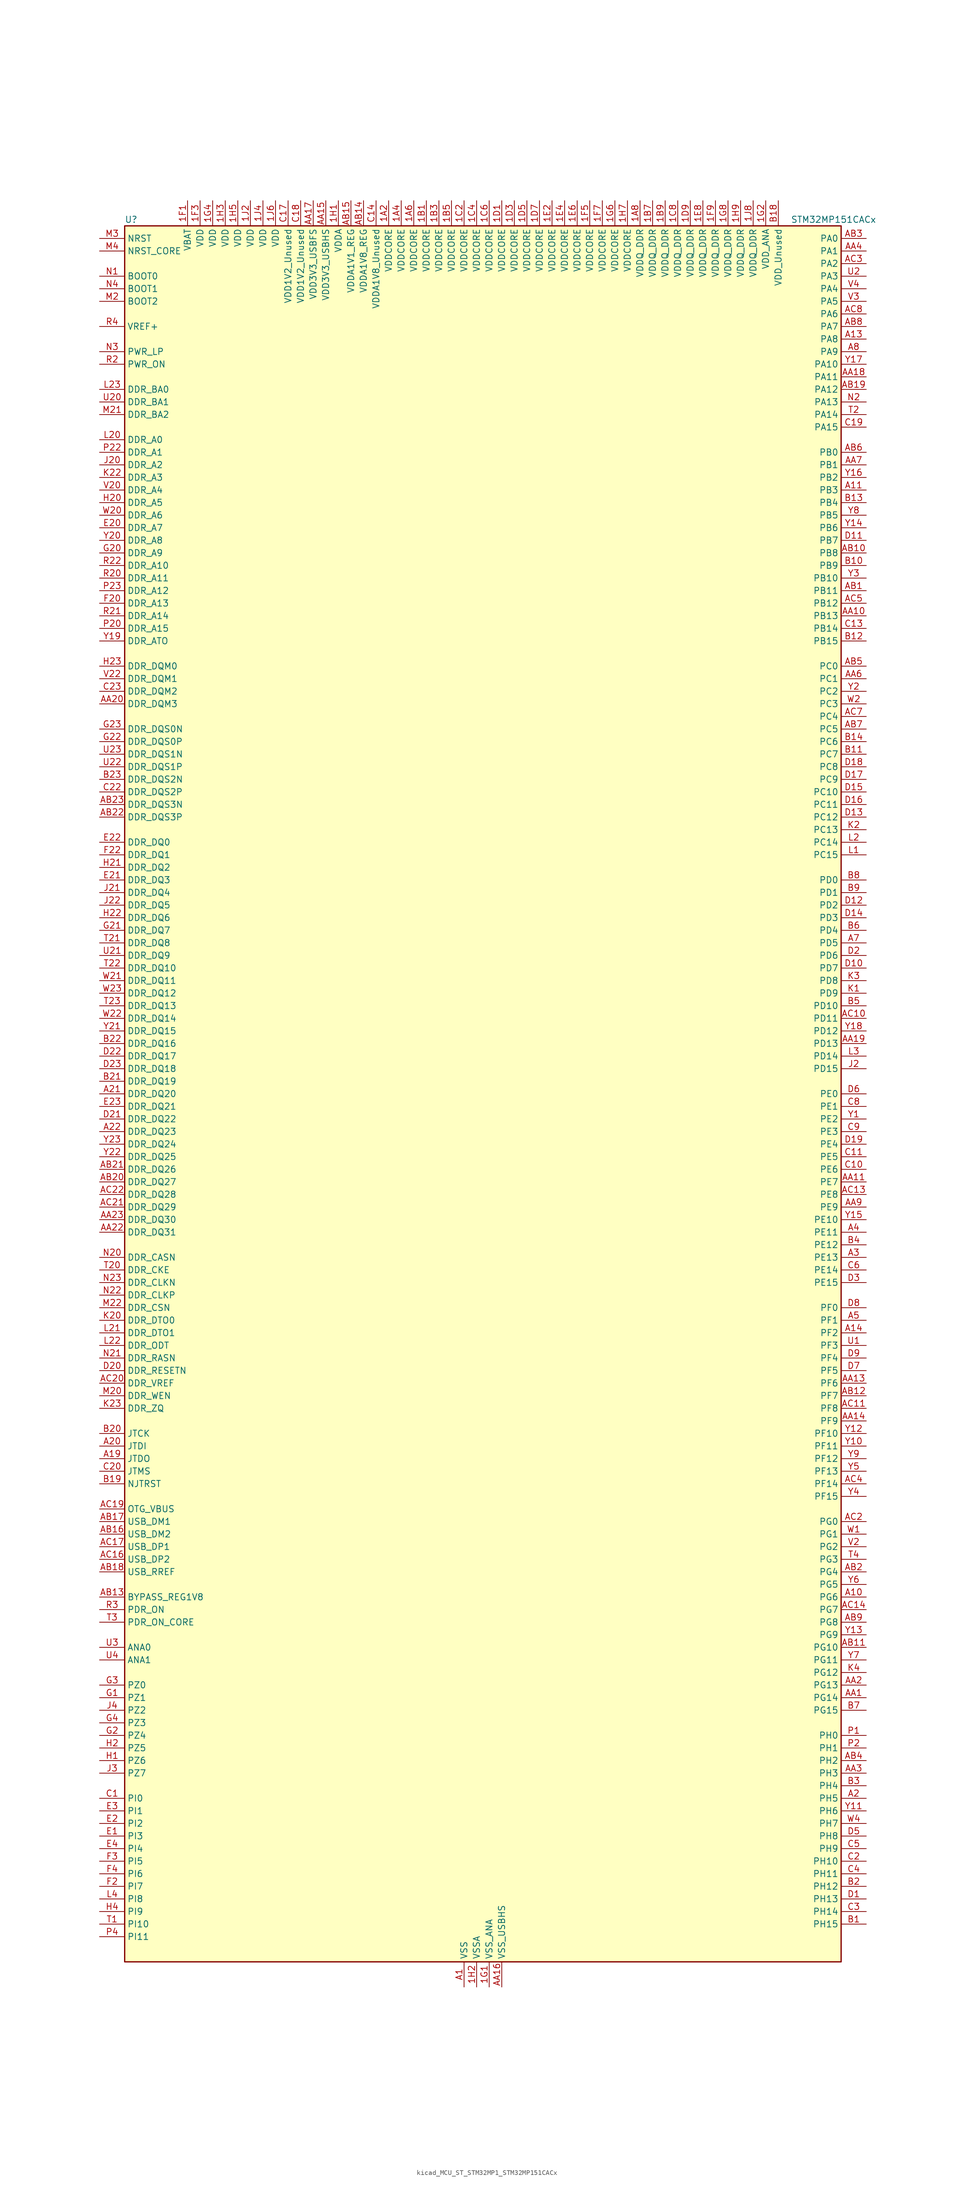
<source format=kicad_sym>
(kicad_symbol_lib
  (version 20220914)
  (generator kicad_symbol_editor)
  (symbol "kicad_MCU_ST_STM32MP1_STM32MP151CACx"
    (property "Reference" "U"
      (at -71.12 176.53 0)
      (effects (font (size 1.27 1.27)) (justify left)))
    (property "Value" "STM32MP151CACx"
      (at 63.5 176.53 0)
      (effects (font (size 1.27 1.27)) (justify left)))
    (property "ki_locked" ""
      (at 0 0 0)
      (effects (font (size 1.27 1.27))))
    (symbol "kicad_MCU_ST_STM32MP1_STM32MP151CACx_0_1"
      (rectangle (start -71.12 -175.26) (end 73.66 175.26) (stroke (width 0.254) (type default)) (fill (type background))))
    (symbol "kicad_MCU_ST_STM32MP1_STM32MP151CACx_1_1"
      (pin power_in line (at -17.78 180.34 270) (length 5.08) (name "VDDCORE" (effects (font (size 1.27 1.27)))) (number "1A2" (effects (font (size 1.27 1.27)))))
      (pin passive line (at -2.54 -180.34 90) (length 5.08) hide (name "VSS" (effects (font (size 1.27 1.27)))) (number "1A3" (effects (font (size 1.27 1.27)))))
      (pin power_in line (at -15.24 180.34 270) (length 5.08) (name "VDDCORE" (effects (font (size 1.27 1.27)))) (number "1A4" (effects (font (size 1.27 1.27)))))
      (pin passive line (at -2.54 -180.34 90) (length 5.08) hide (name "VSS" (effects (font (size 1.27 1.27)))) (number "1A5" (effects (font (size 1.27 1.27)))))
      (pin power_in line (at -12.7 180.34 270) (length 5.08) (name "VDDCORE" (effects (font (size 1.27 1.27)))) (number "1A6" (effects (font (size 1.27 1.27)))))
      (pin passive line (at -2.54 -180.34 90) (length 5.08) hide (name "VSS" (effects (font (size 1.27 1.27)))) (number "1A7" (effects (font (size 1.27 1.27)))))
      (pin power_in line (at 33.02 180.34 270) (length 5.08) (name "VDDQ_DDR" (effects (font (size 1.27 1.27)))) (number "1A8" (effects (font (size 1.27 1.27)))))
      (pin power_in line (at -10.16 180.34 270) (length 5.08) (name "VDDCORE" (effects (font (size 1.27 1.27)))) (number "1B1" (effects (font (size 1.27 1.27)))))
      (pin passive line (at -2.54 -180.34 90) (length 5.08) hide (name "VSS" (effects (font (size 1.27 1.27)))) (number "1B2" (effects (font (size 1.27 1.27)))))
      (pin power_in line (at -7.62 180.34 270) (length 5.08) (name "VDDCORE" (effects (font (size 1.27 1.27)))) (number "1B3" (effects (font (size 1.27 1.27)))))
      (pin passive line (at -2.54 -180.34 90) (length 5.08) hide (name "VSS" (effects (font (size 1.27 1.27)))) (number "1B4" (effects (font (size 1.27 1.27)))))
      (pin power_in line (at -5.08 180.34 270) (length 5.08) (name "VDDCORE" (effects (font (size 1.27 1.27)))) (number "1B5" (effects (font (size 1.27 1.27)))))
      (pin passive line (at -2.54 -180.34 90) (length 5.08) hide (name "VSS" (effects (font (size 1.27 1.27)))) (number "1B6" (effects (font (size 1.27 1.27)))))
      (pin power_in line (at 35.56 180.34 270) (length 5.08) (name "VDDQ_DDR" (effects (font (size 1.27 1.27)))) (number "1B7" (effects (font (size 1.27 1.27)))))
      (pin passive line (at -2.54 -180.34 90) (length 5.08) hide (name "VSS" (effects (font (size 1.27 1.27)))) (number "1B8" (effects (font (size 1.27 1.27)))))
      (pin power_in line (at 38.1 180.34 270) (length 5.08) (name "VDDQ_DDR" (effects (font (size 1.27 1.27)))) (number "1B9" (effects (font (size 1.27 1.27)))))
      (pin passive line (at -2.54 -180.34 90) (length 5.08) hide (name "VSS" (effects (font (size 1.27 1.27)))) (number "1C1" (effects (font (size 1.27 1.27)))))
      (pin power_in line (at -2.54 180.34 270) (length 5.08) (name "VDDCORE" (effects (font (size 1.27 1.27)))) (number "1C2" (effects (font (size 1.27 1.27)))))
      (pin passive line (at -2.54 -180.34 90) (length 5.08) hide (name "VSS" (effects (font (size 1.27 1.27)))) (number "1C3" (effects (font (size 1.27 1.27)))))
      (pin power_in line (at 0 180.34 270) (length 5.08) (name "VDDCORE" (effects (font (size 1.27 1.27)))) (number "1C4" (effects (font (size 1.27 1.27)))))
      (pin passive line (at -2.54 -180.34 90) (length 5.08) hide (name "VSS" (effects (font (size 1.27 1.27)))) (number "1C5" (effects (font (size 1.27 1.27)))))
      (pin power_in line (at 2.54 180.34 270) (length 5.08) (name "VDDCORE" (effects (font (size 1.27 1.27)))) (number "1C6" (effects (font (size 1.27 1.27)))))
      (pin passive line (at -2.54 -180.34 90) (length 5.08) hide (name "VSS" (effects (font (size 1.27 1.27)))) (number "1C7" (effects (font (size 1.27 1.27)))))
      (pin power_in line (at 40.64 180.34 270) (length 5.08) (name "VDDQ_DDR" (effects (font (size 1.27 1.27)))) (number "1C8" (effects (font (size 1.27 1.27)))))
      (pin passive line (at -2.54 -180.34 90) (length 5.08) hide (name "VSS" (effects (font (size 1.27 1.27)))) (number "1C9" (effects (font (size 1.27 1.27)))))
      (pin power_in line (at 5.08 180.34 270) (length 5.08) (name "VDDCORE" (effects (font (size 1.27 1.27)))) (number "1D1" (effects (font (size 1.27 1.27)))))
      (pin passive line (at -2.54 -180.34 90) (length 5.08) hide (name "VSS" (effects (font (size 1.27 1.27)))) (number "1D2" (effects (font (size 1.27 1.27)))))
      (pin power_in line (at 7.62 180.34 270) (length 5.08) (name "VDDCORE" (effects (font (size 1.27 1.27)))) (number "1D3" (effects (font (size 1.27 1.27)))))
      (pin passive line (at -2.54 -180.34 90) (length 5.08) hide (name "VSS" (effects (font (size 1.27 1.27)))) (number "1D4" (effects (font (size 1.27 1.27)))))
      (pin power_in line (at 10.16 180.34 270) (length 5.08) (name "VDDCORE" (effects (font (size 1.27 1.27)))) (number "1D5" (effects (font (size 1.27 1.27)))))
      (pin passive line (at -2.54 -180.34 90) (length 5.08) hide (name "VSS" (effects (font (size 1.27 1.27)))) (number "1D6" (effects (font (size 1.27 1.27)))))
      (pin power_in line (at 12.7 180.34 270) (length 5.08) (name "VDDCORE" (effects (font (size 1.27 1.27)))) (number "1D7" (effects (font (size 1.27 1.27)))))
      (pin passive line (at -2.54 -180.34 90) (length 5.08) hide (name "VSS" (effects (font (size 1.27 1.27)))) (number "1D8" (effects (font (size 1.27 1.27)))))
      (pin power_in line (at 43.18 180.34 270) (length 5.08) (name "VDDQ_DDR" (effects (font (size 1.27 1.27)))) (number "1D9" (effects (font (size 1.27 1.27)))))
      (pin passive line (at -2.54 -180.34 90) (length 5.08) hide (name "VSS" (effects (font (size 1.27 1.27)))) (number "1E1" (effects (font (size 1.27 1.27)))))
      (pin power_in line (at 15.24 180.34 270) (length 5.08) (name "VDDCORE" (effects (font (size 1.27 1.27)))) (number "1E2" (effects (font (size 1.27 1.27)))))
      (pin passive line (at -2.54 -180.34 90) (length 5.08) hide (name "VSS" (effects (font (size 1.27 1.27)))) (number "1E3" (effects (font (size 1.27 1.27)))))
      (pin power_in line (at 17.78 180.34 270) (length 5.08) (name "VDDCORE" (effects (font (size 1.27 1.27)))) (number "1E4" (effects (font (size 1.27 1.27)))))
      (pin passive line (at -2.54 -180.34 90) (length 5.08) hide (name "VSS" (effects (font (size 1.27 1.27)))) (number "1E5" (effects (font (size 1.27 1.27)))))
      (pin power_in line (at 20.32 180.34 270) (length 5.08) (name "VDDCORE" (effects (font (size 1.27 1.27)))) (number "1E6" (effects (font (size 1.27 1.27)))))
      (pin passive line (at -2.54 -180.34 90) (length 5.08) hide (name "VSS" (effects (font (size 1.27 1.27)))) (number "1E7" (effects (font (size 1.27 1.27)))))
      (pin power_in line (at 45.72 180.34 270) (length 5.08) (name "VDDQ_DDR" (effects (font (size 1.27 1.27)))) (number "1E8" (effects (font (size 1.27 1.27)))))
      (pin passive line (at -2.54 -180.34 90) (length 5.08) hide (name "VSS" (effects (font (size 1.27 1.27)))) (number "1E9" (effects (font (size 1.27 1.27)))))
      (pin power_in line (at -58.42 180.34 270) (length 5.08) (name "VBAT" (effects (font (size 1.27 1.27)))) (number "1F1" (effects (font (size 1.27 1.27)))))
      (pin passive line (at -2.54 -180.34 90) (length 5.08) hide (name "VSS" (effects (font (size 1.27 1.27)))) (number "1F2" (effects (font (size 1.27 1.27)))))
      (pin power_in line (at -55.88 180.34 270) (length 5.08) (name "VDD" (effects (font (size 1.27 1.27)))) (number "1F3" (effects (font (size 1.27 1.27)))))
      (pin passive line (at -2.54 -180.34 90) (length 5.08) hide (name "VSS" (effects (font (size 1.27 1.27)))) (number "1F4" (effects (font (size 1.27 1.27)))))
      (pin power_in line (at 22.86 180.34 270) (length 5.08) (name "VDDCORE" (effects (font (size 1.27 1.27)))) (number "1F5" (effects (font (size 1.27 1.27)))))
      (pin passive line (at -2.54 -180.34 90) (length 5.08) hide (name "VSS" (effects (font (size 1.27 1.27)))) (number "1F6" (effects (font (size 1.27 1.27)))))
      (pin power_in line (at 25.4 180.34 270) (length 5.08) (name "VDDCORE" (effects (font (size 1.27 1.27)))) (number "1F7" (effects (font (size 1.27 1.27)))))
      (pin passive line (at -2.54 -180.34 90) (length 5.08) hide (name "VSS" (effects (font (size 1.27 1.27)))) (number "1F8" (effects (font (size 1.27 1.27)))))
      (pin power_in line (at 48.26 180.34 270) (length 5.08) (name "VDDQ_DDR" (effects (font (size 1.27 1.27)))) (number "1F9" (effects (font (size 1.27 1.27)))))
      (pin power_in line (at 2.54 -180.34 90) (length 5.08) (name "VSS_ANA" (effects (font (size 1.27 1.27)))) (number "1G1" (effects (font (size 1.27 1.27)))))
      (pin power_in line (at 58.42 180.34 270) (length 5.08) (name "VDD_ANA" (effects (font (size 1.27 1.27)))) (number "1G2" (effects (font (size 1.27 1.27)))))
      (pin passive line (at -2.54 -180.34 90) (length 5.08) hide (name "VSS" (effects (font (size 1.27 1.27)))) (number "1G3" (effects (font (size 1.27 1.27)))))
      (pin power_in line (at -53.34 180.34 270) (length 5.08) (name "VDD" (effects (font (size 1.27 1.27)))) (number "1G4" (effects (font (size 1.27 1.27)))))
      (pin passive line (at -2.54 -180.34 90) (length 5.08) hide (name "VSS" (effects (font (size 1.27 1.27)))) (number "1G5" (effects (font (size 1.27 1.27)))))
      (pin power_in line (at 27.94 180.34 270) (length 5.08) (name "VDDCORE" (effects (font (size 1.27 1.27)))) (number "1G6" (effects (font (size 1.27 1.27)))))
      (pin passive line (at -2.54 -180.34 90) (length 5.08) hide (name "VSS" (effects (font (size 1.27 1.27)))) (number "1G7" (effects (font (size 1.27 1.27)))))
      (pin power_in line (at 50.8 180.34 270) (length 5.08) (name "VDDQ_DDR" (effects (font (size 1.27 1.27)))) (number "1G8" (effects (font (size 1.27 1.27)))))
      (pin passive line (at -2.54 -180.34 90) (length 5.08) hide (name "VSS" (effects (font (size 1.27 1.27)))) (number "1G9" (effects (font (size 1.27 1.27)))))
      (pin power_in line (at -27.94 180.34 270) (length 5.08) (name "VDDA" (effects (font (size 1.27 1.27)))) (number "1H1" (effects (font (size 1.27 1.27)))))
      (pin power_in line (at 0 -180.34 90) (length 5.08) (name "VSSA" (effects (font (size 1.27 1.27)))) (number "1H2" (effects (font (size 1.27 1.27)))))
      (pin power_in line (at -50.8 180.34 270) (length 5.08) (name "VDD" (effects (font (size 1.27 1.27)))) (number "1H3" (effects (font (size 1.27 1.27)))))
      (pin passive line (at -2.54 -180.34 90) (length 5.08) hide (name "VSS" (effects (font (size 1.27 1.27)))) (number "1H4" (effects (font (size 1.27 1.27)))))
      (pin power_in line (at -48.26 180.34 270) (length 5.08) (name "VDD" (effects (font (size 1.27 1.27)))) (number "1H5" (effects (font (size 1.27 1.27)))))
      (pin passive line (at -2.54 -180.34 90) (length 5.08) hide (name "VSS" (effects (font (size 1.27 1.27)))) (number "1H6" (effects (font (size 1.27 1.27)))))
      (pin power_in line (at 30.48 180.34 270) (length 5.08) (name "VDDCORE" (effects (font (size 1.27 1.27)))) (number "1H7" (effects (font (size 1.27 1.27)))))
      (pin passive line (at -2.54 -180.34 90) (length 5.08) hide (name "VSS" (effects (font (size 1.27 1.27)))) (number "1H8" (effects (font (size 1.27 1.27)))))
      (pin power_in line (at 53.34 180.34 270) (length 5.08) (name "VDDQ_DDR" (effects (font (size 1.27 1.27)))) (number "1H9" (effects (font (size 1.27 1.27)))))
      (pin power_in line (at -45.72 180.34 270) (length 5.08) (name "VDD" (effects (font (size 1.27 1.27)))) (number "1J2" (effects (font (size 1.27 1.27)))))
      (pin passive line (at -2.54 -180.34 90) (length 5.08) hide (name "VSS" (effects (font (size 1.27 1.27)))) (number "1J3" (effects (font (size 1.27 1.27)))))
      (pin power_in line (at -43.18 180.34 270) (length 5.08) (name "VDD" (effects (font (size 1.27 1.27)))) (number "1J4" (effects (font (size 1.27 1.27)))))
      (pin passive line (at -2.54 -180.34 90) (length 5.08) hide (name "VSS" (effects (font (size 1.27 1.27)))) (number "1J5" (effects (font (size 1.27 1.27)))))
      (pin power_in line (at -40.64 180.34 270) (length 5.08) (name "VDD" (effects (font (size 1.27 1.27)))) (number "1J6" (effects (font (size 1.27 1.27)))))
      (pin passive line (at -2.54 -180.34 90) (length 5.08) hide (name "VSS" (effects (font (size 1.27 1.27)))) (number "1J7" (effects (font (size 1.27 1.27)))))
      (pin power_in line (at 55.88 180.34 270) (length 5.08) (name "VDDQ_DDR" (effects (font (size 1.27 1.27)))) (number "1J8" (effects (font (size 1.27 1.27)))))
      (pin power_in line (at -2.54 -180.34 90) (length 5.08) (name "VSS" (effects (font (size 1.27 1.27)))) (number "A1" (effects (font (size 1.27 1.27)))))
      (pin bidirectional line (at 78.74 -101.6 180) (length 5.08) (name "PG6" (effects (font (size 1.27 1.27)))) (number "A10" (effects (font (size 1.27 1.27)))) (alternate "DCMI_D12" bidirectional line) (alternate "DEBUG_TRACED14" bidirectional line) (alternate "LTDC_R7" bidirectional line) (alternate "SDMMC2_CMD" bidirectional line) (alternate "TIM17_BKIN" bidirectional line))
      (pin bidirectional line (at 78.74 121.92 180) (length 5.08) (name "PB3" (effects (font (size 1.27 1.27)))) (number "A11" (effects (font (size 1.27 1.27)))) (alternate "DEBUG_TRACED9" bidirectional line) (alternate "I2S1_CK" bidirectional line) (alternate "I2S3_CK" bidirectional line) (alternate "SAI4_CK1" bidirectional line) (alternate "SAI4_MCLK_A" bidirectional line) (alternate "SDMMC2_D2" bidirectional line) (alternate "SPI1_SCK" bidirectional line) (alternate "SPI3_SCK" bidirectional line) (alternate "SPI6_SCK" bidirectional line) (alternate "TIM2_CH2" bidirectional line) (alternate "UART7_RX" bidirectional line))
      (pin bidirectional line (at 78.74 152.4 180) (length 5.08) (name "PA8" (effects (font (size 1.27 1.27)))) (number "A13" (effects (font (size 1.27 1.27)))) (alternate "I2C3_SCL" bidirectional line) (alternate "I2S3_SDO" bidirectional line) (alternate "LTDC_R6" bidirectional line) (alternate "RCC_MCO_1" bidirectional line) (alternate "SAI4_SD_B" bidirectional line) (alternate "SDMMC2_CKIN" bidirectional line) (alternate "SDMMC2_D4" bidirectional line) (alternate "SPI3_MOSI" bidirectional line) (alternate "TIM1_CH1" bidirectional line) (alternate "TIM8_BKIN2" bidirectional line) (alternate "UART7_RX" bidirectional line) (alternate "USART1_CK" bidirectional line) (alternate "USB_OTG_HS_SOF" bidirectional line))
      (pin bidirectional line (at 78.74 -48.26 180) (length 5.08) (name "PF2" (effects (font (size 1.27 1.27)))) (number "A14" (effects (font (size 1.27 1.27)))) (alternate "FMC_A2" bidirectional line) (alternate "I2C2_SMBA" bidirectional line) (alternate "SDMMC1_D0DIR" bidirectional line) (alternate "SDMMC2_D0DIR" bidirectional line) (alternate "SDMMC3_D0DIR" bidirectional line))
      (pin no_connect line (at -71.12 -175.26 0) (length 5.08) hide (name "DNU" (effects (font (size 1.27 1.27)))) (number "A16" (effects (font (size 1.27 1.27)))))
      (pin no_connect line (at -71.12 -172.72 0) (length 5.08) hide (name "DNU" (effects (font (size 1.27 1.27)))) (number "A17" (effects (font (size 1.27 1.27)))))
      (pin bidirectional line (at -76.2 -73.66 0) (length 5.08) (name "JTDO" (effects (font (size 1.27 1.27)))) (number "A19" (effects (font (size 1.27 1.27)))) (alternate "DEBUG_JTDO-SWO" bidirectional line))
      (pin bidirectional line (at 78.74 -142.24 180) (length 5.08) (name "PH5" (effects (font (size 1.27 1.27)))) (number "A2" (effects (font (size 1.27 1.27)))) (alternate "I2C2_SDA" bidirectional line) (alternate "SAI4_SD_B" bidirectional line) (alternate "SPI5_NSS" bidirectional line))
      (pin bidirectional line (at -76.2 -71.12 0) (length 5.08) (name "JTDI" (effects (font (size 1.27 1.27)))) (number "A20" (effects (font (size 1.27 1.27)))) (alternate "DEBUG_JTDI" bidirectional line))
      (pin bidirectional line (at -76.2 0 0) (length 5.08) (name "DDR_DQ20" (effects (font (size 1.27 1.27)))) (number "A21" (effects (font (size 1.27 1.27)))) (alternate "DDR_DQ20" bidirectional line))
      (pin bidirectional line (at -76.2 -7.62 0) (length 5.08) (name "DDR_DQ23" (effects (font (size 1.27 1.27)))) (number "A22" (effects (font (size 1.27 1.27)))) (alternate "DDR_DQ23" bidirectional line))
      (pin passive line (at -2.54 -180.34 90) (length 5.08) hide (name "VSS" (effects (font (size 1.27 1.27)))) (number "A23" (effects (font (size 1.27 1.27)))))
      (pin bidirectional line (at 78.74 -33.02 180) (length 5.08) (name "PE13" (effects (font (size 1.27 1.27)))) (number "A3" (effects (font (size 1.27 1.27)))) (alternate "DCMI_D6" bidirectional line) (alternate "DFSDM1_CKIN5" bidirectional line) (alternate "FMC_D10" bidirectional line) (alternate "FMC_DA10" bidirectional line) (alternate "HDP_HDP2" bidirectional line) (alternate "LTDC_DE" bidirectional line) (alternate "SAI2_FS_B" bidirectional line) (alternate "SPI4_MISO" bidirectional line) (alternate "TIM1_CH3" bidirectional line))
      (pin bidirectional line (at 78.74 -27.94 180) (length 5.08) (name "PE11" (effects (font (size 1.27 1.27)))) (number "A4" (effects (font (size 1.27 1.27)))) (alternate "ADC1_EXTI11" bidirectional line) (alternate "ADC2_EXTI11" bidirectional line) (alternate "DCMI_D4" bidirectional line) (alternate "DFSDM1_CKIN4" bidirectional line) (alternate "FMC_D8" bidirectional line) (alternate "FMC_DA8" bidirectional line) (alternate "LTDC_G3" bidirectional line) (alternate "SAI2_SD_B" bidirectional line) (alternate "SPI4_NSS" bidirectional line) (alternate "TIM1_CH2" bidirectional line) (alternate "USART6_CK" bidirectional line))
      (pin bidirectional line (at 78.74 -45.72 180) (length 5.08) (name "PF1" (effects (font (size 1.27 1.27)))) (number "A5" (effects (font (size 1.27 1.27)))) (alternate "FMC_A1" bidirectional line) (alternate "I2C2_SCL" bidirectional line) (alternate "SDMMC3_CDIR" bidirectional line) (alternate "SDMMC3_CMD" bidirectional line))
      (pin bidirectional line (at 78.74 30.48 180) (length 5.08) (name "PD5" (effects (font (size 1.27 1.27)))) (number "A7" (effects (font (size 1.27 1.27)))) (alternate "FMC_NWE" bidirectional line) (alternate "SDMMC3_D2" bidirectional line) (alternate "USART2_TX" bidirectional line))
      (pin bidirectional line (at 78.74 149.86 180) (length 5.08) (name "PA9" (effects (font (size 1.27 1.27)))) (number "A8" (effects (font (size 1.27 1.27)))) (alternate "DAC1_EXTI9" bidirectional line) (alternate "DCMI_D0" bidirectional line) (alternate "I2C3_SMBA" bidirectional line) (alternate "I2S2_CK" bidirectional line) (alternate "LTDC_R5" bidirectional line) (alternate "SDMMC2_CDIR" bidirectional line) (alternate "SDMMC2_D5" bidirectional line) (alternate "SPI2_SCK" bidirectional line) (alternate "TIM1_CH2" bidirectional line) (alternate "USART1_TX" bidirectional line))
      (pin bidirectional line (at 78.74 -121.92 180) (length 5.08) (name "PG14" (effects (font (size 1.27 1.27)))) (number "AA1" (effects (font (size 1.27 1.27)))) (alternate "DEBUG_TRACED1" bidirectional line) (alternate "ETH1_TXD1" bidirectional line) (alternate "FMC_A25" bidirectional line) (alternate "LPTIM1_ETR" bidirectional line) (alternate "LTDC_B0" bidirectional line) (alternate "QUADSPI_BK2_IO3" bidirectional line) (alternate "SAI4_D1" bidirectional line) (alternate "SAI4_SD_A" bidirectional line) (alternate "SPI6_MOSI" bidirectional line) (alternate "USART6_TX" bidirectional line))
      (pin bidirectional line (at 78.74 96.52 180) (length 5.08) (name "PB13" (effects (font (size 1.27 1.27)))) (number "AA10" (effects (font (size 1.27 1.27)))) (alternate "DFSDM1_CKIN1" bidirectional line) (alternate "DFSDM1_CKOUT" bidirectional line) (alternate "ETH1_TXD1" bidirectional line) (alternate "I2S2_CK" bidirectional line) (alternate "LPTIM2_OUT" bidirectional line) (alternate "SPI2_SCK" bidirectional line) (alternate "TIM1_CH1N" bidirectional line) (alternate "UART5_TX" bidirectional line) (alternate "USART3_CTS" bidirectional line) (alternate "USART3_NSS" bidirectional line))
      (pin bidirectional line (at 78.74 -17.78 180) (length 5.08) (name "PE7" (effects (font (size 1.27 1.27)))) (number "AA11" (effects (font (size 1.27 1.27)))) (alternate "DFSDM1_DATIN2" bidirectional line) (alternate "FMC_D4" bidirectional line) (alternate "FMC_DA4" bidirectional line) (alternate "QUADSPI_BK2_IO0" bidirectional line) (alternate "TIM1_ETR" bidirectional line) (alternate "TIM3_ETR" bidirectional line) (alternate "UART7_RX" bidirectional line))
      (pin passive line (at -2.54 -180.34 90) (length 5.08) hide (name "VSS" (effects (font (size 1.27 1.27)))) (number "AA12" (effects (font (size 1.27 1.27)))))
      (pin bidirectional line (at 78.74 -58.42 180) (length 5.08) (name "PF6" (effects (font (size 1.27 1.27)))) (number "AA13" (effects (font (size 1.27 1.27)))) (alternate "QUADSPI_BK1_IO3" bidirectional line) (alternate "SAI1_SD_B" bidirectional line) (alternate "SAI4_SCK_B" bidirectional line) (alternate "SPI5_NSS" bidirectional line) (alternate "TIM16_CH1" bidirectional line) (alternate "UART7_RX" bidirectional line))
      (pin bidirectional line (at 78.74 -66.04 180) (length 5.08) (name "PF9" (effects (font (size 1.27 1.27)))) (number "AA14" (effects (font (size 1.27 1.27)))) (alternate "DAC1_EXTI9" bidirectional line) (alternate "DEBUG_TRACED13" bidirectional line) (alternate "QUADSPI_BK1_IO1" bidirectional line) (alternate "SAI1_FS_B" bidirectional line) (alternate "SPI5_MOSI" bidirectional line) (alternate "TIM14_CH1" bidirectional line) (alternate "TIM17_CH1N" bidirectional line) (alternate "UART7_CTS" bidirectional line))
      (pin power_in line (at -30.48 180.34 270) (length 5.08) (name "VDD3V3_USBHS" (effects (font (size 1.27 1.27)))) (number "AA15" (effects (font (size 1.27 1.27)))))
      (pin power_in line (at 5.08 -180.34 90) (length 5.08) (name "VSS_USBHS" (effects (font (size 1.27 1.27)))) (number "AA16" (effects (font (size 1.27 1.27)))))
      (pin power_in line (at -33.02 180.34 270) (length 5.08) (name "VDD3V3_USBFS" (effects (font (size 1.27 1.27)))) (number "AA17" (effects (font (size 1.27 1.27)))))
      (pin bidirectional line (at 78.74 144.78 180) (length 5.08) (name "PA11" (effects (font (size 1.27 1.27)))) (number "AA18" (effects (font (size 1.27 1.27)))) (alternate "ADC1_EXTI11" bidirectional line) (alternate "ADC2_EXTI11" bidirectional line) (alternate "I2C5_SCL" bidirectional line) (alternate "I2C6_SCL" bidirectional line) (alternate "I2S2_WS" bidirectional line) (alternate "LTDC_R4" bidirectional line) (alternate "SPI2_NSS" bidirectional line) (alternate "TIM1_CH4" bidirectional line) (alternate "UART4_RX" bidirectional line) (alternate "USART1_CTS" bidirectional line) (alternate "USART1_NSS" bidirectional line))
      (pin bidirectional line (at 78.74 10.16 180) (length 5.08) (name "PD13" (effects (font (size 1.27 1.27)))) (number "AA19" (effects (font (size 1.27 1.27)))) (alternate "FMC_A18" bidirectional line) (alternate "I2C1_SDA" bidirectional line) (alternate "I2C4_SDA" bidirectional line) (alternate "I2S3_MCK" bidirectional line) (alternate "LPTIM1_OUT" bidirectional line) (alternate "QUADSPI_BK1_IO3" bidirectional line) (alternate "SAI2_SCK_A" bidirectional line) (alternate "TIM4_CH2" bidirectional line))
      (pin bidirectional line (at 78.74 -119.38 180) (length 5.08) (name "PG13" (effects (font (size 1.27 1.27)))) (number "AA2" (effects (font (size 1.27 1.27)))) (alternate "DEBUG_TRACED0" bidirectional line) (alternate "ETH1_TXD0" bidirectional line) (alternate "FMC_A24" bidirectional line) (alternate "LPTIM1_OUT" bidirectional line) (alternate "LTDC_R0" bidirectional line) (alternate "SAI1_CK2" bidirectional line) (alternate "SAI1_SCK_A" bidirectional line) (alternate "SAI4_CK1" bidirectional line) (alternate "SAI4_MCLK_A" bidirectional line) (alternate "SPI6_SCK" bidirectional line) (alternate "USART6_CTS" bidirectional line) (alternate "USART6_NSS" bidirectional line))
      (pin bidirectional line (at -76.2 78.74 0) (length 5.08) (name "DDR_DQM3" (effects (font (size 1.27 1.27)))) (number "AA20" (effects (font (size 1.27 1.27)))) (alternate "DDR_DQM3" bidirectional line))
      (pin passive line (at -2.54 -180.34 90) (length 5.08) hide (name "VSS" (effects (font (size 1.27 1.27)))) (number "AA21" (effects (font (size 1.27 1.27)))))
      (pin bidirectional line (at -76.2 -27.94 0) (length 5.08) (name "DDR_DQ31" (effects (font (size 1.27 1.27)))) (number "AA22" (effects (font (size 1.27 1.27)))) (alternate "DDR_DQ31" bidirectional line))
      (pin bidirectional line (at -76.2 -25.4 0) (length 5.08) (name "DDR_DQ30" (effects (font (size 1.27 1.27)))) (number "AA23" (effects (font (size 1.27 1.27)))) (alternate "DDR_DQ30" bidirectional line))
      (pin bidirectional line (at 78.74 -137.16 180) (length 5.08) (name "PH3" (effects (font (size 1.27 1.27)))) (number "AA3" (effects (font (size 1.27 1.27)))) (alternate "DFSDM1_CKIN4" bidirectional line) (alternate "ETH1_COL" bidirectional line) (alternate "LTDC_R1" bidirectional line) (alternate "QUADSPI_BK2_IO1" bidirectional line) (alternate "SAI2_MCLK_B" bidirectional line))
      (pin bidirectional line (at 78.74 170.18 180) (length 5.08) (name "PA1" (effects (font (size 1.27 1.27)))) (number "AA4" (effects (font (size 1.27 1.27)))) (alternate "ADC1_INN16" bidirectional line) (alternate "ADC1_INP17" bidirectional line) (alternate "ETH1_CLK" bidirectional line) (alternate "ETH1_REF_CLK" bidirectional line) (alternate "ETH1_RX_CLK" bidirectional line) (alternate "LPTIM3_OUT" bidirectional line) (alternate "LTDC_R2" bidirectional line) (alternate "QUADSPI_BK1_IO3" bidirectional line) (alternate "SAI2_MCLK_B" bidirectional line) (alternate "TIM15_CH1N" bidirectional line) (alternate "TIM2_CH2" bidirectional line) (alternate "TIM5_CH2" bidirectional line) (alternate "UART4_RX" bidirectional line) (alternate "USART2_DE" bidirectional line) (alternate "USART2_RTS" bidirectional line))
      (pin passive line (at -2.54 -180.34 90) (length 5.08) hide (name "VSS" (effects (font (size 1.27 1.27)))) (number "AA5" (effects (font (size 1.27 1.27)))))
      (pin bidirectional line (at 78.74 83.82 180) (length 5.08) (name "PC1" (effects (font (size 1.27 1.27)))) (number "AA6" (effects (font (size 1.27 1.27)))) (alternate "ADC1_INN10" bidirectional line) (alternate "ADC1_INP11" bidirectional line) (alternate "ADC2_INN10" bidirectional line) (alternate "ADC2_INP11" bidirectional line) (alternate "DEBUG_TRACED0" bidirectional line) (alternate "DFSDM1_CKIN4" bidirectional line) (alternate "DFSDM1_DATIN0" bidirectional line) (alternate "ETH1_MDC" bidirectional line) (alternate "I2S2_SDO" bidirectional line) (alternate "PWR_WKUP6" bidirectional line) (alternate "SAI1_D1" bidirectional line) (alternate "SAI1_SD_A" bidirectional line) (alternate "SDMMC2_CK" bidirectional line) (alternate "SPI2_MOSI" bidirectional line) (alternate "TAMP_IN3" bidirectional line))
      (pin bidirectional line (at 78.74 127 180) (length 5.08) (name "PB1" (effects (font (size 1.27 1.27)))) (number "AA7" (effects (font (size 1.27 1.27)))) (alternate "ADC1_INP5" bidirectional line) (alternate "ADC2_INP5" bidirectional line) (alternate "DFSDM1_DATIN1" bidirectional line) (alternate "ETH1_RXD3" bidirectional line) (alternate "LTDC_G0" bidirectional line) (alternate "LTDC_R6" bidirectional line) (alternate "TIM1_CH3N" bidirectional line) (alternate "TIM3_CH4" bidirectional line) (alternate "TIM8_CH3N" bidirectional line))
      (pin passive line (at -2.54 -180.34 90) (length 5.08) hide (name "VSS" (effects (font (size 1.27 1.27)))) (number "AA8" (effects (font (size 1.27 1.27)))))
      (pin bidirectional line (at 78.74 -22.86 180) (length 5.08) (name "PE9" (effects (font (size 1.27 1.27)))) (number "AA9" (effects (font (size 1.27 1.27)))) (alternate "DAC1_EXTI9" bidirectional line) (alternate "DFSDM1_CKOUT" bidirectional line) (alternate "FMC_D6" bidirectional line) (alternate "FMC_DA6" bidirectional line) (alternate "QUADSPI_BK2_IO2" bidirectional line) (alternate "TIM1_CH1" bidirectional line) (alternate "UART7_DE" bidirectional line) (alternate "UART7_RTS" bidirectional line))
      (pin bidirectional line (at 78.74 101.6 180) (length 5.08) (name "PB11" (effects (font (size 1.27 1.27)))) (number "AB1" (effects (font (size 1.27 1.27)))) (alternate "ADC1_EXTI11" bidirectional line) (alternate "ADC2_EXTI11" bidirectional line) (alternate "DFSDM1_CKIN7" bidirectional line) (alternate "ETH1_TX_CTL" bidirectional line) (alternate "ETH1_TX_EN" bidirectional line) (alternate "I2C2_SDA" bidirectional line) (alternate "LPTIM2_ETR" bidirectional line) (alternate "LTDC_G5" bidirectional line) (alternate "TIM2_CH4" bidirectional line) (alternate "USART3_RX" bidirectional line))
      (pin bidirectional line (at 78.74 109.22 180) (length 5.08) (name "PB8" (effects (font (size 1.27 1.27)))) (number "AB10" (effects (font (size 1.27 1.27)))) (alternate "DCMI_D6" bidirectional line) (alternate "DFSDM1_CKIN7" bidirectional line) (alternate "ETH1_TXD3" bidirectional line) (alternate "HDP_HDP6" bidirectional line) (alternate "I2C1_SCL" bidirectional line) (alternate "I2C4_SCL" bidirectional line) (alternate "LTDC_B6" bidirectional line) (alternate "SDMMC1_CKIN" bidirectional line) (alternate "SDMMC1_D4" bidirectional line) (alternate "SDMMC2_CKIN" bidirectional line) (alternate "SDMMC2_D4" bidirectional line) (alternate "TIM16_CH1" bidirectional line) (alternate "TIM4_CH3" bidirectional line) (alternate "UART4_RX" bidirectional line))
      (pin bidirectional line (at 78.74 -111.76 180) (length 5.08) (name "PG10" (effects (font (size 1.27 1.27)))) (number "AB11" (effects (font (size 1.27 1.27)))) (alternate "DCMI_D2" bidirectional line) (alternate "DEBUG_TRACED10" bidirectional line) (alternate "FMC_NE3" bidirectional line) (alternate "LTDC_B2" bidirectional line) (alternate "LTDC_G3" bidirectional line) (alternate "QUADSPI_BK2_IO2" bidirectional line) (alternate "SAI2_SD_B" bidirectional line) (alternate "UART8_CTS" bidirectional line))
      (pin bidirectional line (at 78.74 -60.96 180) (length 5.08) (name "PF7" (effects (font (size 1.27 1.27)))) (number "AB12" (effects (font (size 1.27 1.27)))) (alternate "QUADSPI_BK1_IO2" bidirectional line) (alternate "SAI1_MCLK_B" bidirectional line) (alternate "SPI5_SCK" bidirectional line) (alternate "TIM17_CH1" bidirectional line) (alternate "UART7_TX" bidirectional line))
      (pin bidirectional line (at -76.2 -101.6 0) (length 5.08) (name "BYPASS_REG1V8" (effects (font (size 1.27 1.27)))) (number "AB13" (effects (font (size 1.27 1.27)))))
      (pin power_in line (at -22.86 180.34 270) (length 5.08) (name "VDDA1V8_REG" (effects (font (size 1.27 1.27)))) (number "AB14" (effects (font (size 1.27 1.27)))))
      (pin power_in line (at -25.4 180.34 270) (length 5.08) (name "VDDA1V1_REG" (effects (font (size 1.27 1.27)))) (number "AB15" (effects (font (size 1.27 1.27)))))
      (pin bidirectional line (at -76.2 -88.9 0) (length 5.08) (name "USB_DM2" (effects (font (size 1.27 1.27)))) (number "AB16" (effects (font (size 1.27 1.27)))) (alternate "USBH_HS2_DM" bidirectional line) (alternate "USB_OTG_HS_DM" bidirectional line))
      (pin bidirectional line (at -76.2 -86.36 0) (length 5.08) (name "USB_DM1" (effects (font (size 1.27 1.27)))) (number "AB17" (effects (font (size 1.27 1.27)))) (alternate "USBH_HS1_DM" bidirectional line))
      (pin bidirectional line (at -76.2 -96.52 0) (length 5.08) (name "USB_RREF" (effects (font (size 1.27 1.27)))) (number "AB18" (effects (font (size 1.27 1.27)))))
      (pin bidirectional line (at 78.74 142.24 180) (length 5.08) (name "PA12" (effects (font (size 1.27 1.27)))) (number "AB19" (effects (font (size 1.27 1.27)))) (alternate "I2C5_SDA" bidirectional line) (alternate "I2C6_SDA" bidirectional line) (alternate "LTDC_R5" bidirectional line) (alternate "SAI2_FS_B" bidirectional line) (alternate "TIM1_ETR" bidirectional line) (alternate "UART4_TX" bidirectional line) (alternate "USART1_DE" bidirectional line) (alternate "USART1_RTS" bidirectional line))
      (pin bidirectional line (at 78.74 -96.52 180) (length 5.08) (name "PG4" (effects (font (size 1.27 1.27)))) (number "AB2" (effects (font (size 1.27 1.27)))) (alternate "ETH1_GTX_CLK" bidirectional line) (alternate "FMC_A14" bidirectional line) (alternate "TIM1_BKIN2" bidirectional line))
      (pin bidirectional line (at -76.2 -17.78 0) (length 5.08) (name "DDR_DQ27" (effects (font (size 1.27 1.27)))) (number "AB20" (effects (font (size 1.27 1.27)))) (alternate "DDR_DQ27" bidirectional line))
      (pin bidirectional line (at -76.2 -15.24 0) (length 5.08) (name "DDR_DQ26" (effects (font (size 1.27 1.27)))) (number "AB21" (effects (font (size 1.27 1.27)))) (alternate "DDR_DQ26" bidirectional line))
      (pin bidirectional line (at -76.2 55.88 0) (length 5.08) (name "DDR_DQS3P" (effects (font (size 1.27 1.27)))) (number "AB22" (effects (font (size 1.27 1.27)))) (alternate "DDR_DQS3P" bidirectional line))
      (pin bidirectional line (at -76.2 58.42 0) (length 5.08) (name "DDR_DQS3N" (effects (font (size 1.27 1.27)))) (number "AB23" (effects (font (size 1.27 1.27)))) (alternate "DDR_DQS3N" bidirectional line))
      (pin bidirectional line (at 78.74 172.72 180) (length 5.08) (name "PA0" (effects (font (size 1.27 1.27)))) (number "AB3" (effects (font (size 1.27 1.27)))) (alternate "ADC1_INP16" bidirectional line) (alternate "ETH1_CRS" bidirectional line) (alternate "PWR_WKUP1" bidirectional line) (alternate "SAI2_SD_B" bidirectional line) (alternate "SDMMC2_CMD" bidirectional line) (alternate "TIM15_BKIN" bidirectional line) (alternate "TIM2_CH1" bidirectional line) (alternate "TIM2_ETR" bidirectional line) (alternate "TIM5_CH1" bidirectional line) (alternate "TIM8_ETR" bidirectional line) (alternate "UART4_TX" bidirectional line) (alternate "USART2_CTS" bidirectional line) (alternate "USART2_NSS" bidirectional line))
      (pin bidirectional line (at 78.74 -134.62 180) (length 5.08) (name "PH2" (effects (font (size 1.27 1.27)))) (number "AB4" (effects (font (size 1.27 1.27)))) (alternate "ETH1_CRS" bidirectional line) (alternate "LPTIM1_IN2" bidirectional line) (alternate "LTDC_R0" bidirectional line) (alternate "QUADSPI_BK2_IO0" bidirectional line) (alternate "SAI2_SCK_B" bidirectional line))
      (pin bidirectional line (at 78.74 86.36 180) (length 5.08) (name "PC0" (effects (font (size 1.27 1.27)))) (number "AB5" (effects (font (size 1.27 1.27)))) (alternate "ADC1_INP10" bidirectional line) (alternate "ADC2_INP10" bidirectional line) (alternate "DFSDM1_CKIN0" bidirectional line) (alternate "DFSDM1_DATIN4" bidirectional line) (alternate "LPTIM2_IN2" bidirectional line) (alternate "LTDC_R5" bidirectional line) (alternate "QUADSPI_BK2_NCS" bidirectional line) (alternate "SAI2_FS_B" bidirectional line))
      (pin bidirectional line (at 78.74 129.54 180) (length 5.08) (name "PB0" (effects (font (size 1.27 1.27)))) (number "AB6" (effects (font (size 1.27 1.27)))) (alternate "ADC1_INN5" bidirectional line) (alternate "ADC1_INP9" bidirectional line) (alternate "ADC2_INN5" bidirectional line) (alternate "ADC2_INP9" bidirectional line) (alternate "DFSDM1_CKOUT" bidirectional line) (alternate "ETH1_RXD2" bidirectional line) (alternate "LTDC_G1" bidirectional line) (alternate "LTDC_R3" bidirectional line) (alternate "TIM1_CH2N" bidirectional line) (alternate "TIM3_CH3" bidirectional line) (alternate "TIM8_CH2N" bidirectional line) (alternate "UART4_CTS" bidirectional line))
      (pin bidirectional line (at 78.74 73.66 180) (length 5.08) (name "PC5" (effects (font (size 1.27 1.27)))) (number "AB7" (effects (font (size 1.27 1.27)))) (alternate "ADC1_INN4" bidirectional line) (alternate "ADC1_INP8" bidirectional line) (alternate "ADC2_INN4" bidirectional line) (alternate "ADC2_INP8" bidirectional line) (alternate "DFSDM1_DATIN2" bidirectional line) (alternate "ETH1_RXD1" bidirectional line) (alternate "SAI1_D3" bidirectional line) (alternate "SAI1_D4" bidirectional line) (alternate "SAI4_D3" bidirectional line) (alternate "SAI4_D4" bidirectional line) (alternate "SPDIFRX_IN3" bidirectional line))
      (pin bidirectional line (at 78.74 154.94 180) (length 5.08) (name "PA7" (effects (font (size 1.27 1.27)))) (number "AB8" (effects (font (size 1.27 1.27)))) (alternate "ADC1_INN3" bidirectional line) (alternate "ADC1_INP7" bidirectional line) (alternate "ADC2_INN3" bidirectional line) (alternate "ADC2_INP7" bidirectional line) (alternate "ETH1_CRS_DV" bidirectional line) (alternate "ETH1_RX_CTL" bidirectional line) (alternate "ETH1_RX_DV" bidirectional line) (alternate "I2S1_SDO" bidirectional line) (alternate "QUADSPI_CLK" bidirectional line) (alternate "SAI4_D1" bidirectional line) (alternate "SAI4_SD_A" bidirectional line) (alternate "SPI1_MOSI" bidirectional line) (alternate "SPI6_MOSI" bidirectional line) (alternate "TIM14_CH1" bidirectional line) (alternate "TIM1_CH1N" bidirectional line) (alternate "TIM3_CH2" bidirectional line) (alternate "TIM8_CH1N" bidirectional line))
      (pin bidirectional line (at 78.74 -106.68 180) (length 5.08) (name "PG8" (effects (font (size 1.27 1.27)))) (number "AB9" (effects (font (size 1.27 1.27)))) (alternate "DEBUG_TRACED15" bidirectional line) (alternate "ETH1_CLK" bidirectional line) (alternate "ETH1_PPS_OUT" bidirectional line) (alternate "LTDC_G7" bidirectional line) (alternate "SAI4_D2" bidirectional line) (alternate "SAI4_FS_A" bidirectional line) (alternate "SPDIFRX_IN2" bidirectional line) (alternate "SPI6_NSS" bidirectional line) (alternate "TIM2_CH1" bidirectional line) (alternate "TIM2_ETR" bidirectional line) (alternate "TIM8_ETR" bidirectional line) (alternate "USART3_DE" bidirectional line) (alternate "USART3_RTS" bidirectional line) (alternate "USART6_DE" bidirectional line) (alternate "USART6_RTS" bidirectional line))
      (pin passive line (at -2.54 -180.34 90) (length 5.08) hide (name "VSS" (effects (font (size 1.27 1.27)))) (number "AC1" (effects (font (size 1.27 1.27)))))
      (pin bidirectional line (at 78.74 15.24 180) (length 5.08) (name "PD11" (effects (font (size 1.27 1.27)))) (number "AC10" (effects (font (size 1.27 1.27)))) (alternate "ADC1_EXTI11" bidirectional line) (alternate "ADC2_EXTI11" bidirectional line) (alternate "FMC_A16" bidirectional line) (alternate "FMC_CLE" bidirectional line) (alternate "I2C1_SMBA" bidirectional line) (alternate "I2C4_SMBA" bidirectional line) (alternate "LPTIM2_IN2" bidirectional line) (alternate "QUADSPI_BK1_IO0" bidirectional line) (alternate "SAI2_SD_A" bidirectional line) (alternate "USART3_CTS" bidirectional line) (alternate "USART3_NSS" bidirectional line))
      (pin bidirectional line (at 78.74 -63.5 180) (length 5.08) (name "PF8" (effects (font (size 1.27 1.27)))) (number "AC11" (effects (font (size 1.27 1.27)))) (alternate "DEBUG_TRACED12" bidirectional line) (alternate "QUADSPI_BK1_IO0" bidirectional line) (alternate "SAI1_SCK_B" bidirectional line) (alternate "SPI5_MISO" bidirectional line) (alternate "TIM13_CH1" bidirectional line) (alternate "TIM16_CH1N" bidirectional line) (alternate "UART7_DE" bidirectional line) (alternate "UART7_RTS" bidirectional line))
      (pin bidirectional line (at 78.74 -20.32 180) (length 5.08) (name "PE8" (effects (font (size 1.27 1.27)))) (number "AC13" (effects (font (size 1.27 1.27)))) (alternate "DFSDM1_CKIN2" bidirectional line) (alternate "FMC_D5" bidirectional line) (alternate "FMC_DA5" bidirectional line) (alternate "QUADSPI_BK2_IO1" bidirectional line) (alternate "TIM1_CH1N" bidirectional line) (alternate "UART7_TX" bidirectional line))
      (pin bidirectional line (at 78.74 -104.14 180) (length 5.08) (name "PG7" (effects (font (size 1.27 1.27)))) (number "AC14" (effects (font (size 1.27 1.27)))) (alternate "DCMI_D13" bidirectional line) (alternate "DEBUG_TRACED5" bidirectional line) (alternate "LTDC_CLK" bidirectional line) (alternate "QUADSPI_BK2_IO3" bidirectional line) (alternate "QUADSPI_CLK" bidirectional line) (alternate "SAI1_MCLK_A" bidirectional line) (alternate "UART8_DE" bidirectional line) (alternate "UART8_RTS" bidirectional line) (alternate "USART6_CK" bidirectional line))
      (pin bidirectional line (at -76.2 -93.98 0) (length 5.08) (name "USB_DP2" (effects (font (size 1.27 1.27)))) (number "AC16" (effects (font (size 1.27 1.27)))) (alternate "USBH_HS2_DP" bidirectional line) (alternate "USB_OTG_HS_DP" bidirectional line))
      (pin bidirectional line (at -76.2 -91.44 0) (length 5.08) (name "USB_DP1" (effects (font (size 1.27 1.27)))) (number "AC17" (effects (font (size 1.27 1.27)))) (alternate "USBH_HS1_DP" bidirectional line))
      (pin bidirectional line (at -76.2 -83.82 0) (length 5.08) (name "OTG_VBUS" (effects (font (size 1.27 1.27)))) (number "AC19" (effects (font (size 1.27 1.27)))) (alternate "USB_OTG_HS_VBUS" bidirectional line))
      (pin bidirectional line (at 78.74 -86.36 180) (length 5.08) (name "PG0" (effects (font (size 1.27 1.27)))) (number "AC2" (effects (font (size 1.27 1.27)))) (alternate "DEBUG_TRACED0" bidirectional line) (alternate "DFSDM1_DATIN0" bidirectional line) (alternate "ETH1_TXD4" bidirectional line) (alternate "FMC_A10" bidirectional line))
      (pin bidirectional line (at -76.2 -58.42 0) (length 5.08) (name "DDR_VREF" (effects (font (size 1.27 1.27)))) (number "AC20" (effects (font (size 1.27 1.27)))) (alternate "DDR_VREF" bidirectional line))
      (pin bidirectional line (at -76.2 -22.86 0) (length 5.08) (name "DDR_DQ29" (effects (font (size 1.27 1.27)))) (number "AC21" (effects (font (size 1.27 1.27)))) (alternate "DDR_DQ29" bidirectional line))
      (pin bidirectional line (at -76.2 -20.32 0) (length 5.08) (name "DDR_DQ28" (effects (font (size 1.27 1.27)))) (number "AC22" (effects (font (size 1.27 1.27)))) (alternate "DDR_DQ28" bidirectional line))
      (pin passive line (at -2.54 -180.34 90) (length 5.08) hide (name "VSS" (effects (font (size 1.27 1.27)))) (number "AC23" (effects (font (size 1.27 1.27)))))
      (pin bidirectional line (at 78.74 167.64 180) (length 5.08) (name "PA2" (effects (font (size 1.27 1.27)))) (number "AC3" (effects (font (size 1.27 1.27)))) (alternate "ADC1_INP14" bidirectional line) (alternate "ETH1_MDIO" bidirectional line) (alternate "LPTIM4_OUT" bidirectional line) (alternate "LTDC_R1" bidirectional line) (alternate "PWR_WKUP2" bidirectional line) (alternate "SAI2_SCK_B" bidirectional line) (alternate "SDMMC2_D0DIR" bidirectional line) (alternate "TIM15_CH1" bidirectional line) (alternate "TIM2_CH3" bidirectional line) (alternate "TIM5_CH3" bidirectional line) (alternate "USART2_TX" bidirectional line))
      (pin bidirectional line (at 78.74 -78.74 180) (length 5.08) (name "PF14" (effects (font (size 1.27 1.27)))) (number "AC4" (effects (font (size 1.27 1.27)))) (alternate "ADC2_INN2" bidirectional line) (alternate "ADC2_INP6" bidirectional line) (alternate "DEBUG_TRACED6" bidirectional line) (alternate "DFSDM1_CKIN6" bidirectional line) (alternate "ETH1_RXD6" bidirectional line) (alternate "FMC_A8" bidirectional line) (alternate "I2C1_SCL" bidirectional line) (alternate "I2C4_SCL" bidirectional line))
      (pin bidirectional line (at 78.74 99.06 180) (length 5.08) (name "PB12" (effects (font (size 1.27 1.27)))) (number "AC5" (effects (font (size 1.27 1.27)))) (alternate "DFSDM1_DATIN1" bidirectional line) (alternate "ETH1_TXD0" bidirectional line) (alternate "I2C2_SMBA" bidirectional line) (alternate "I2C6_SMBA" bidirectional line) (alternate "I2S2_WS" bidirectional line) (alternate "SPI2_NSS" bidirectional line) (alternate "TIM1_BKIN" bidirectional line) (alternate "UART5_RX" bidirectional line) (alternate "USART3_CK" bidirectional line) (alternate "USART3_RX" bidirectional line))
      (pin bidirectional line (at 78.74 76.2 180) (length 5.08) (name "PC4" (effects (font (size 1.27 1.27)))) (number "AC7" (effects (font (size 1.27 1.27)))) (alternate "ADC1_INP4" bidirectional line) (alternate "ADC2_INP4" bidirectional line) (alternate "DFSDM1_CKIN2" bidirectional line) (alternate "ETH1_RXD0" bidirectional line) (alternate "I2S1_MCK" bidirectional line) (alternate "SPDIFRX_IN2" bidirectional line))
      (pin bidirectional line (at 78.74 157.48 180) (length 5.08) (name "PA6" (effects (font (size 1.27 1.27)))) (number "AC8" (effects (font (size 1.27 1.27)))) (alternate "ADC1_INP3" bidirectional line) (alternate "ADC2_INP3" bidirectional line) (alternate "DCMI_PIXCLK" bidirectional line) (alternate "I2S1_SDI" bidirectional line) (alternate "LTDC_G2" bidirectional line) (alternate "SAI4_CK2" bidirectional line) (alternate "SAI4_SCK_A" bidirectional line) (alternate "SPI1_MISO" bidirectional line) (alternate "SPI6_MISO" bidirectional line) (alternate "TIM13_CH1" bidirectional line) (alternate "TIM1_BKIN" bidirectional line) (alternate "TIM3_CH1" bidirectional line) (alternate "TIM8_BKIN" bidirectional line))
      (pin bidirectional line (at 78.74 -167.64 180) (length 5.08) (name "PH15" (effects (font (size 1.27 1.27)))) (number "B1" (effects (font (size 1.27 1.27)))) (alternate "ADC1_EXTI15" bidirectional line) (alternate "ADC2_EXTI15" bidirectional line) (alternate "DCMI_D11" bidirectional line) (alternate "LTDC_G4" bidirectional line) (alternate "TIM8_CH3N" bidirectional line))
      (pin bidirectional line (at 78.74 106.68 180) (length 5.08) (name "PB9" (effects (font (size 1.27 1.27)))) (number "B10" (effects (font (size 1.27 1.27)))) (alternate "DAC1_EXTI9" bidirectional line) (alternate "DCMI_D7" bidirectional line) (alternate "DFSDM1_DATIN7" bidirectional line) (alternate "HDP_HDP7" bidirectional line) (alternate "I2C1_SDA" bidirectional line) (alternate "I2C4_SDA" bidirectional line) (alternate "I2S2_WS" bidirectional line) (alternate "LTDC_B7" bidirectional line) (alternate "SDMMC1_CDIR" bidirectional line) (alternate "SDMMC1_D5" bidirectional line) (alternate "SDMMC2_CDIR" bidirectional line) (alternate "SDMMC2_D5" bidirectional line) (alternate "SPI2_NSS" bidirectional line) (alternate "TIM17_CH1" bidirectional line) (alternate "TIM4_CH4" bidirectional line) (alternate "UART4_TX" bidirectional line))
      (pin bidirectional line (at 78.74 68.58 180) (length 5.08) (name "PC7" (effects (font (size 1.27 1.27)))) (number "B11" (effects (font (size 1.27 1.27)))) (alternate "DCMI_D1" bidirectional line) (alternate "DFSDM1_DATIN3" bidirectional line) (alternate "HDP_HDP4" bidirectional line) (alternate "I2S3_MCK" bidirectional line) (alternate "LTDC_G6" bidirectional line) (alternate "SDMMC1_D123DIR" bidirectional line) (alternate "SDMMC1_D7" bidirectional line) (alternate "SDMMC2_D123DIR" bidirectional line) (alternate "SDMMC2_D7" bidirectional line) (alternate "TIM3_CH2" bidirectional line) (alternate "TIM8_CH2" bidirectional line) (alternate "USART6_RX" bidirectional line))
      (pin bidirectional line (at 78.74 91.44 180) (length 5.08) (name "PB15" (effects (font (size 1.27 1.27)))) (number "B12" (effects (font (size 1.27 1.27)))) (alternate "ADC1_EXTI15" bidirectional line) (alternate "ADC2_EXTI15" bidirectional line) (alternate "DFSDM1_CKIN2" bidirectional line) (alternate "I2S2_SDO" bidirectional line) (alternate "RTC_REFIN" bidirectional line) (alternate "SDMMC2_D1" bidirectional line) (alternate "SPI2_MOSI" bidirectional line) (alternate "TIM12_CH2" bidirectional line) (alternate "TIM1_CH3N" bidirectional line) (alternate "TIM8_CH3N" bidirectional line) (alternate "USART1_RX" bidirectional line))
      (pin bidirectional line (at 78.74 119.38 180) (length 5.08) (name "PB4" (effects (font (size 1.27 1.27)))) (number "B13" (effects (font (size 1.27 1.27)))) (alternate "DEBUG_TRACED8" bidirectional line) (alternate "I2S1_SDI" bidirectional line) (alternate "I2S2_WS" bidirectional line) (alternate "I2S3_SDI" bidirectional line) (alternate "SAI4_CK2" bidirectional line) (alternate "SAI4_SCK_A" bidirectional line) (alternate "SDMMC2_D3" bidirectional line) (alternate "SPI1_MISO" bidirectional line) (alternate "SPI2_NSS" bidirectional line) (alternate "SPI3_MISO" bidirectional line) (alternate "SPI6_MISO" bidirectional line) (alternate "TIM16_BKIN" bidirectional line) (alternate "TIM3_CH1" bidirectional line) (alternate "UART7_TX" bidirectional line))
      (pin bidirectional line (at 78.74 71.12 180) (length 5.08) (name "PC6" (effects (font (size 1.27 1.27)))) (number "B14" (effects (font (size 1.27 1.27)))) (alternate "DCMI_D0" bidirectional line) (alternate "DFSDM1_CKIN3" bidirectional line) (alternate "HDP_HDP1" bidirectional line) (alternate "I2S2_MCK" bidirectional line) (alternate "LTDC_HSYNC" bidirectional line) (alternate "SDMMC1_D0DIR" bidirectional line) (alternate "SDMMC1_D6" bidirectional line) (alternate "SDMMC2_D0DIR" bidirectional line) (alternate "SDMMC2_D6" bidirectional line) (alternate "TIM3_CH1" bidirectional line) (alternate "TIM8_CH1" bidirectional line) (alternate "USART6_TX" bidirectional line))
      (pin no_connect line (at -71.12 -170.18 0) (length 5.08) hide (name "DNU" (effects (font (size 1.27 1.27)))) (number "B15" (effects (font (size 1.27 1.27)))))
      (pin no_connect line (at -71.12 -167.64 0) (length 5.08) hide (name "DNU" (effects (font (size 1.27 1.27)))) (number "B16" (effects (font (size 1.27 1.27)))))
      (pin no_connect line (at -71.12 -165.1 0) (length 5.08) hide (name "DNU" (effects (font (size 1.27 1.27)))) (number "B17" (effects (font (size 1.27 1.27)))))
      (pin power_in line (at 60.96 180.34 270) (length 5.08) (name "VDD_Unused" (effects (font (size 1.27 1.27)))) (number "B18" (effects (font (size 1.27 1.27)))))
      (pin bidirectional line (at -76.2 -78.74 0) (length 5.08) (name "NJTRST" (effects (font (size 1.27 1.27)))) (number "B19" (effects (font (size 1.27 1.27)))) (alternate "DEBUG_JTRST" bidirectional line))
      (pin bidirectional line (at 78.74 -160.02 180) (length 5.08) (name "PH12" (effects (font (size 1.27 1.27)))) (number "B2" (effects (font (size 1.27 1.27)))) (alternate "DCMI_D3" bidirectional line) (alternate "HDP_HDP2" bidirectional line) (alternate "I2C1_SDA" bidirectional line) (alternate "I2C4_SDA" bidirectional line) (alternate "LTDC_R6" bidirectional line) (alternate "TIM5_CH3" bidirectional line))
      (pin bidirectional line (at -76.2 -68.58 0) (length 5.08) (name "JTCK" (effects (font (size 1.27 1.27)))) (number "B20" (effects (font (size 1.27 1.27)))) (alternate "DEBUG_JTCK-SWCLK" bidirectional line))
      (pin bidirectional line (at -76.2 2.54 0) (length 5.08) (name "DDR_DQ19" (effects (font (size 1.27 1.27)))) (number "B21" (effects (font (size 1.27 1.27)))) (alternate "DDR_DQ19" bidirectional line))
      (pin bidirectional line (at -76.2 10.16 0) (length 5.08) (name "DDR_DQ16" (effects (font (size 1.27 1.27)))) (number "B22" (effects (font (size 1.27 1.27)))) (alternate "DDR_DQ16" bidirectional line))
      (pin bidirectional line (at -76.2 63.5 0) (length 5.08) (name "DDR_DQS2N" (effects (font (size 1.27 1.27)))) (number "B23" (effects (font (size 1.27 1.27)))) (alternate "DDR_DQS2N" bidirectional line))
      (pin bidirectional line (at 78.74 -139.7 180) (length 5.08) (name "PH4" (effects (font (size 1.27 1.27)))) (number "B3" (effects (font (size 1.27 1.27)))) (alternate "I2C2_SCL" bidirectional line) (alternate "LTDC_G4" bidirectional line) (alternate "LTDC_G5" bidirectional line))
      (pin bidirectional line (at 78.74 -30.48 180) (length 5.08) (name "PE12" (effects (font (size 1.27 1.27)))) (number "B4" (effects (font (size 1.27 1.27)))) (alternate "DFSDM1_DATIN5" bidirectional line) (alternate "FMC_D9" bidirectional line) (alternate "FMC_DA9" bidirectional line) (alternate "LTDC_B4" bidirectional line) (alternate "SAI2_SCK_B" bidirectional line) (alternate "SDMMC1_D0DIR" bidirectional line) (alternate "SPI4_SCK" bidirectional line) (alternate "TIM1_CH3N" bidirectional line))
      (pin bidirectional line (at 78.74 17.78 180) (length 5.08) (name "PD10" (effects (font (size 1.27 1.27)))) (number "B5" (effects (font (size 1.27 1.27)))) (alternate "DFSDM1_CKOUT" bidirectional line) (alternate "FMC_D15" bidirectional line) (alternate "FMC_DA15" bidirectional line) (alternate "I2C5_SMBA" bidirectional line) (alternate "I2S3_SDI" bidirectional line) (alternate "LTDC_B3" bidirectional line) (alternate "RTC_REFIN" bidirectional line) (alternate "SAI3_FS_B" bidirectional line) (alternate "SPI3_MISO" bidirectional line) (alternate "TIM16_BKIN" bidirectional line) (alternate "USART3_CK" bidirectional line))
      (pin bidirectional line (at 78.74 33.02 180) (length 5.08) (name "PD4" (effects (font (size 1.27 1.27)))) (number "B6" (effects (font (size 1.27 1.27)))) (alternate "DFSDM1_CKIN0" bidirectional line) (alternate "FMC_NOE" bidirectional line) (alternate "SAI3_FS_A" bidirectional line) (alternate "SDMMC3_D1" bidirectional line) (alternate "USART2_DE" bidirectional line) (alternate "USART2_RTS" bidirectional line))
      (pin bidirectional line (at 78.74 -124.46 180) (length 5.08) (name "PG15" (effects (font (size 1.27 1.27)))) (number "B7" (effects (font (size 1.27 1.27)))) (alternate "ADC1_EXTI15" bidirectional line) (alternate "ADC2_EXTI15" bidirectional line) (alternate "DCMI_D13" bidirectional line) (alternate "DEBUG_TRACED7" bidirectional line) (alternate "I2C2_SDA" bidirectional line) (alternate "SAI1_D2" bidirectional line) (alternate "SAI1_FS_A" bidirectional line) (alternate "SDMMC3_CK" bidirectional line) (alternate "USART6_CTS" bidirectional line) (alternate "USART6_NSS" bidirectional line))
      (pin bidirectional line (at 78.74 43.18 180) (length 5.08) (name "PD0" (effects (font (size 1.27 1.27)))) (number "B8" (effects (font (size 1.27 1.27)))) (alternate "DFSDM1_CKIN6" bidirectional line) (alternate "DFSDM1_DATIN7" bidirectional line) (alternate "FMC_D2" bidirectional line) (alternate "FMC_DA2" bidirectional line) (alternate "I2C5_SDA" bidirectional line) (alternate "I2C6_SDA" bidirectional line) (alternate "SAI3_SCK_A" bidirectional line) (alternate "SDMMC3_CMD" bidirectional line) (alternate "UART4_RX" bidirectional line))
      (pin bidirectional line (at 78.74 40.64 180) (length 5.08) (name "PD1" (effects (font (size 1.27 1.27)))) (number "B9" (effects (font (size 1.27 1.27)))) (alternate "DFSDM1_CKIN7" bidirectional line) (alternate "DFSDM1_DATIN6" bidirectional line) (alternate "FMC_D3" bidirectional line) (alternate "FMC_DA3" bidirectional line) (alternate "I2C5_SCL" bidirectional line) (alternate "I2C6_SCL" bidirectional line) (alternate "SAI3_SD_A" bidirectional line) (alternate "SDMMC3_D0" bidirectional line) (alternate "UART4_TX" bidirectional line))
      (pin bidirectional line (at -76.2 -142.24 0) (length 5.08) (name "PI0" (effects (font (size 1.27 1.27)))) (number "C1" (effects (font (size 1.27 1.27)))) (alternate "DCMI_D13" bidirectional line) (alternate "I2S2_WS" bidirectional line) (alternate "LTDC_G5" bidirectional line) (alternate "SPI2_NSS" bidirectional line) (alternate "TIM5_CH4" bidirectional line))
      (pin bidirectional line (at 78.74 -15.24 180) (length 5.08) (name "PE6" (effects (font (size 1.27 1.27)))) (number "C10" (effects (font (size 1.27 1.27)))) (alternate "DCMI_D7" bidirectional line) (alternate "DEBUG_TRACED2" bidirectional line) (alternate "FMC_A22" bidirectional line) (alternate "LTDC_G1" bidirectional line) (alternate "SAI1_D1" bidirectional line) (alternate "SAI1_SD_A" bidirectional line) (alternate "SAI2_MCLK_B" bidirectional line) (alternate "SDMMC1_D2" bidirectional line) (alternate "SDMMC2_D0" bidirectional line) (alternate "SPI4_MOSI" bidirectional line) (alternate "TIM15_CH2" bidirectional line) (alternate "TIM1_BKIN2" bidirectional line))
      (pin bidirectional line (at 78.74 -12.7 180) (length 5.08) (name "PE5" (effects (font (size 1.27 1.27)))) (number "C11" (effects (font (size 1.27 1.27)))) (alternate "DCMI_D6" bidirectional line) (alternate "DEBUG_TRACED3" bidirectional line) (alternate "DFSDM1_CKIN3" bidirectional line) (alternate "FMC_A21" bidirectional line) (alternate "LTDC_G0" bidirectional line) (alternate "SAI1_CK2" bidirectional line) (alternate "SAI1_SCK_A" bidirectional line) (alternate "SDMMC1_D0DIR" bidirectional line) (alternate "SDMMC1_D6" bidirectional line) (alternate "SDMMC2_D0DIR" bidirectional line) (alternate "SDMMC2_D6" bidirectional line) (alternate "SPI4_MISO" bidirectional line) (alternate "TIM15_CH1" bidirectional line))
      (pin passive line (at -2.54 -180.34 90) (length 5.08) hide (name "VSS" (effects (font (size 1.27 1.27)))) (number "C12" (effects (font (size 1.27 1.27)))))
      (pin bidirectional line (at 78.74 93.98 180) (length 5.08) (name "PB14" (effects (font (size 1.27 1.27)))) (number "C13" (effects (font (size 1.27 1.27)))) (alternate "DFSDM1_DATIN2" bidirectional line) (alternate "I2S2_SDI" bidirectional line) (alternate "SDMMC2_D0" bidirectional line) (alternate "SPI2_MISO" bidirectional line) (alternate "TIM12_CH1" bidirectional line) (alternate "TIM1_CH2N" bidirectional line) (alternate "TIM8_CH2N" bidirectional line) (alternate "USART1_TX" bidirectional line) (alternate "USART3_DE" bidirectional line) (alternate "USART3_RTS" bidirectional line))
      (pin power_in line (at -20.32 180.34 270) (length 5.08) (name "VDDA1V8_Unused" (effects (font (size 1.27 1.27)))) (number "C14" (effects (font (size 1.27 1.27)))))
      (pin no_connect line (at -71.12 -162.56 0) (length 5.08) hide (name "DNU" (effects (font (size 1.27 1.27)))) (number "C15" (effects (font (size 1.27 1.27)))))
      (pin passive line (at -2.54 -180.34 90) (length 5.08) hide (name "VSS" (effects (font (size 1.27 1.27)))) (number "C16" (effects (font (size 1.27 1.27)))))
      (pin power_in line (at -38.1 180.34 270) (length 5.08) (name "VDD1V2_Unused" (effects (font (size 1.27 1.27)))) (number "C17" (effects (font (size 1.27 1.27)))))
      (pin power_in line (at -35.56 180.34 270) (length 5.08) (name "VDD1V2_Unused" (effects (font (size 1.27 1.27)))) (number "C18" (effects (font (size 1.27 1.27)))))
      (pin bidirectional line (at 78.74 134.62 180) (length 5.08) (name "PA15" (effects (font (size 1.27 1.27)))) (number "C19" (effects (font (size 1.27 1.27)))) (alternate "ADC1_EXTI15" bidirectional line) (alternate "ADC2_EXTI15" bidirectional line) (alternate "CEC" bidirectional line) (alternate "DEBUG_DBTRGI" bidirectional line) (alternate "I2S1_WS" bidirectional line) (alternate "I2S3_WS" bidirectional line) (alternate "LTDC_R1" bidirectional line) (alternate "SAI4_D2" bidirectional line) (alternate "SAI4_FS_A" bidirectional line) (alternate "SDMMC1_CDIR" bidirectional line) (alternate "SDMMC1_D5" bidirectional line) (alternate "SDMMC2_CDIR" bidirectional line) (alternate "SDMMC2_D5" bidirectional line) (alternate "SPI1_NSS" bidirectional line) (alternate "SPI3_NSS" bidirectional line) (alternate "SPI6_NSS" bidirectional line) (alternate "TIM2_CH1" bidirectional line) (alternate "TIM2_ETR" bidirectional line) (alternate "UART4_DE" bidirectional line) (alternate "UART4_RTS" bidirectional line) (alternate "UART7_TX" bidirectional line))
      (pin bidirectional line (at 78.74 -154.94 180) (length 5.08) (name "PH10" (effects (font (size 1.27 1.27)))) (number "C2" (effects (font (size 1.27 1.27)))) (alternate "DCMI_D1" bidirectional line) (alternate "I2C1_SMBA" bidirectional line) (alternate "I2C4_SMBA" bidirectional line) (alternate "LTDC_R4" bidirectional line) (alternate "TIM5_CH1" bidirectional line))
      (pin bidirectional line (at -76.2 -76.2 0) (length 5.08) (name "JTMS" (effects (font (size 1.27 1.27)))) (number "C20" (effects (font (size 1.27 1.27)))) (alternate "DEBUG_JTMS-SWDIO" bidirectional line))
      (pin passive line (at -2.54 -180.34 90) (length 5.08) hide (name "VSS" (effects (font (size 1.27 1.27)))) (number "C21" (effects (font (size 1.27 1.27)))))
      (pin bidirectional line (at -76.2 60.96 0) (length 5.08) (name "DDR_DQS2P" (effects (font (size 1.27 1.27)))) (number "C22" (effects (font (size 1.27 1.27)))) (alternate "DDR_DQS2P" bidirectional line))
      (pin bidirectional line (at -76.2 81.28 0) (length 5.08) (name "DDR_DQM2" (effects (font (size 1.27 1.27)))) (number "C23" (effects (font (size 1.27 1.27)))) (alternate "DDR_DQM2" bidirectional line))
      (pin bidirectional line (at 78.74 -165.1 180) (length 5.08) (name "PH14" (effects (font (size 1.27 1.27)))) (number "C3" (effects (font (size 1.27 1.27)))) (alternate "DCMI_D4" bidirectional line) (alternate "LTDC_G3" bidirectional line) (alternate "TIM8_CH2N" bidirectional line) (alternate "UART4_RX" bidirectional line))
      (pin bidirectional line (at 78.74 -157.48 180) (length 5.08) (name "PH11" (effects (font (size 1.27 1.27)))) (number "C4" (effects (font (size 1.27 1.27)))) (alternate "ADC1_EXTI11" bidirectional line) (alternate "ADC2_EXTI11" bidirectional line) (alternate "DCMI_D2" bidirectional line) (alternate "I2C1_SCL" bidirectional line) (alternate "I2C4_SCL" bidirectional line) (alternate "LTDC_R5" bidirectional line) (alternate "TIM5_CH2" bidirectional line))
      (pin bidirectional line (at 78.74 -152.4 180) (length 5.08) (name "PH9" (effects (font (size 1.27 1.27)))) (number "C5" (effects (font (size 1.27 1.27)))) (alternate "DAC1_EXTI9" bidirectional line) (alternate "DCMI_D0" bidirectional line) (alternate "I2C3_SMBA" bidirectional line) (alternate "LTDC_R3" bidirectional line) (alternate "TIM12_CH2" bidirectional line))
      (pin bidirectional line (at 78.74 -35.56 180) (length 5.08) (name "PE14" (effects (font (size 1.27 1.27)))) (number "C6" (effects (font (size 1.27 1.27)))) (alternate "FMC_D11" bidirectional line) (alternate "FMC_DA11" bidirectional line) (alternate "LTDC_CLK" bidirectional line) (alternate "LTDC_G0" bidirectional line) (alternate "SAI2_MCLK_B" bidirectional line) (alternate "SDMMC1_D123DIR" bidirectional line) (alternate "SPI4_MOSI" bidirectional line) (alternate "TIM1_CH4" bidirectional line) (alternate "UART8_DE" bidirectional line) (alternate "UART8_RTS" bidirectional line))
      (pin passive line (at -2.54 -180.34 90) (length 5.08) hide (name "VSS" (effects (font (size 1.27 1.27)))) (number "C7" (effects (font (size 1.27 1.27)))))
      (pin bidirectional line (at 78.74 -2.54 180) (length 5.08) (name "PE1" (effects (font (size 1.27 1.27)))) (number "C8" (effects (font (size 1.27 1.27)))) (alternate "DCMI_D3" bidirectional line) (alternate "FMC_NBL1" bidirectional line) (alternate "I2S2_MCK" bidirectional line) (alternate "LPTIM1_IN2" bidirectional line) (alternate "SAI3_SD_B" bidirectional line) (alternate "UART8_TX" bidirectional line))
      (pin bidirectional line (at 78.74 -7.62 180) (length 5.08) (name "PE3" (effects (font (size 1.27 1.27)))) (number "C9" (effects (font (size 1.27 1.27)))) (alternate "DEBUG_TRACED0" bidirectional line) (alternate "FMC_A19" bidirectional line) (alternate "SAI1_SD_B" bidirectional line) (alternate "SDMMC2_CK" bidirectional line) (alternate "TIM15_BKIN" bidirectional line))
      (pin bidirectional line (at 78.74 -162.56 180) (length 5.08) (name "PH13" (effects (font (size 1.27 1.27)))) (number "D1" (effects (font (size 1.27 1.27)))) (alternate "LTDC_G2" bidirectional line) (alternate "TIM8_CH1N" bidirectional line) (alternate "UART4_TX" bidirectional line))
      (pin bidirectional line (at 78.74 25.4 180) (length 5.08) (name "PD7" (effects (font (size 1.27 1.27)))) (number "D10" (effects (font (size 1.27 1.27)))) (alternate "DEBUG_TRACED6" bidirectional line) (alternate "DFSDM1_CKIN1" bidirectional line) (alternate "DFSDM1_DATIN4" bidirectional line) (alternate "FMC_NE1" bidirectional line) (alternate "I2C2_SCL" bidirectional line) (alternate "SDMMC3_D3" bidirectional line) (alternate "SPDIFRX_IN0" bidirectional line) (alternate "USART2_CK" bidirectional line))
      (pin bidirectional line (at 78.74 111.76 180) (length 5.08) (name "PB7" (effects (font (size 1.27 1.27)))) (number "D11" (effects (font (size 1.27 1.27)))) (alternate "DCMI_VSYNC" bidirectional line) (alternate "DFSDM1_CKIN5" bidirectional line) (alternate "FMC_NL" bidirectional line) (alternate "I2C1_SDA" bidirectional line) (alternate "I2C4_SDA" bidirectional line) (alternate "SDMMC2_D1" bidirectional line) (alternate "TIM17_CH1N" bidirectional line) (alternate "TIM4_CH2" bidirectional line) (alternate "USART1_RX" bidirectional line))
      (pin bidirectional line (at 78.74 38.1 180) (length 5.08) (name "PD2" (effects (font (size 1.27 1.27)))) (number "D12" (effects (font (size 1.27 1.27)))) (alternate "DCMI_D11" bidirectional line) (alternate "I2C5_SMBA" bidirectional line) (alternate "SDMMC1_CMD" bidirectional line) (alternate "TIM3_ETR" bidirectional line) (alternate "UART4_RX" bidirectional line) (alternate "UART5_RX" bidirectional line))
      (pin bidirectional line (at 78.74 55.88 180) (length 5.08) (name "PC12" (effects (font (size 1.27 1.27)))) (number "D13" (effects (font (size 1.27 1.27)))) (alternate "DCMI_D9" bidirectional line) (alternate "DEBUG_TRACECLK" bidirectional line) (alternate "I2S3_SDO" bidirectional line) (alternate "RCC_MCO_2" bidirectional line) (alternate "SAI4_D3" bidirectional line) (alternate "SAI4_SD_B" bidirectional line) (alternate "SDMMC1_CK" bidirectional line) (alternate "SPI3_MOSI" bidirectional line) (alternate "UART5_TX" bidirectional line) (alternate "USART3_CK" bidirectional line))
      (pin bidirectional line (at 78.74 35.56 180) (length 5.08) (name "PD3" (effects (font (size 1.27 1.27)))) (number "D14" (effects (font (size 1.27 1.27)))) (alternate "DCMI_D5" bidirectional line) (alternate "DFSDM1_CKOUT" bidirectional line) (alternate "DFSDM1_DATIN0" bidirectional line) (alternate "FMC_CLK" bidirectional line) (alternate "HDP_HDP5" bidirectional line) (alternate "I2S2_CK" bidirectional line) (alternate "LTDC_G7" bidirectional line) (alternate "SDMMC1_D123DIR" bidirectional line) (alternate "SDMMC1_D7" bidirectional line) (alternate "SDMMC2_D123DIR" bidirectional line) (alternate "SDMMC2_D7" bidirectional line) (alternate "SPI2_SCK" bidirectional line) (alternate "USART2_CTS" bidirectional line) (alternate "USART2_NSS" bidirectional line))
      (pin bidirectional line (at 78.74 60.96 180) (length 5.08) (name "PC10" (effects (font (size 1.27 1.27)))) (number "D15" (effects (font (size 1.27 1.27)))) (alternate "DCMI_D8" bidirectional line) (alternate "DEBUG_TRACED2" bidirectional line) (alternate "DFSDM1_CKIN5" bidirectional line) (alternate "I2S3_CK" bidirectional line) (alternate "LTDC_R2" bidirectional line) (alternate "QUADSPI_BK1_IO1" bidirectional line) (alternate "SAI4_MCLK_B" bidirectional line) (alternate "SDMMC1_D2" bidirectional line) (alternate "SPI3_SCK" bidirectional line) (alternate "UART4_TX" bidirectional line) (alternate "USART3_TX" bidirectional line))
      (pin bidirectional line (at 78.74 58.42 180) (length 5.08) (name "PC11" (effects (font (size 1.27 1.27)))) (number "D16" (effects (font (size 1.27 1.27)))) (alternate "ADC1_EXTI11" bidirectional line) (alternate "ADC2_EXTI11" bidirectional line) (alternate "DCMI_D4" bidirectional line) (alternate "DEBUG_TRACED3" bidirectional line) (alternate "DFSDM1_DATIN5" bidirectional line) (alternate "I2S3_SDI" bidirectional line) (alternate "QUADSPI_BK2_NCS" bidirectional line) (alternate "SAI4_SCK_B" bidirectional line) (alternate "SDMMC1_D3" bidirectional line) (alternate "SPI3_MISO" bidirectional line) (alternate "UART4_RX" bidirectional line) (alternate "USART3_RX" bidirectional line))
      (pin bidirectional line (at 78.74 63.5 180) (length 5.08) (name "PC9" (effects (font (size 1.27 1.27)))) (number "D17" (effects (font (size 1.27 1.27)))) (alternate "DAC1_EXTI9" bidirectional line) (alternate "DCMI_D3" bidirectional line) (alternate "DEBUG_TRACED1" bidirectional line) (alternate "I2C3_SDA" bidirectional line) (alternate "I2S_CKIN" bidirectional line) (alternate "LTDC_B2" bidirectional line) (alternate "QUADSPI_BK1_IO0" bidirectional line) (alternate "SDMMC1_D1" bidirectional line) (alternate "TIM3_CH4" bidirectional line) (alternate "TIM8_CH4" bidirectional line) (alternate "UART5_CTS" bidirectional line))
      (pin bidirectional line (at 78.74 66.04 180) (length 5.08) (name "PC8" (effects (font (size 1.27 1.27)))) (number "D18" (effects (font (size 1.27 1.27)))) (alternate "DCMI_D2" bidirectional line) (alternate "DEBUG_TRACED0" bidirectional line) (alternate "SDMMC1_D0" bidirectional line) (alternate "TIM3_CH3" bidirectional line) (alternate "TIM8_CH3" bidirectional line) (alternate "UART4_TX" bidirectional line) (alternate "UART5_DE" bidirectional line) (alternate "UART5_RTS" bidirectional line) (alternate "USART6_CK" bidirectional line))
      (pin bidirectional line (at 78.74 -10.16 180) (length 5.08) (name "PE4" (effects (font (size 1.27 1.27)))) (number "D19" (effects (font (size 1.27 1.27)))) (alternate "DCMI_D4" bidirectional line) (alternate "DEBUG_TRACED1" bidirectional line) (alternate "DFSDM1_DATIN3" bidirectional line) (alternate "FMC_A20" bidirectional line) (alternate "LTDC_B0" bidirectional line) (alternate "SAI1_D2" bidirectional line) (alternate "SAI1_FS_A" bidirectional line) (alternate "SDMMC1_CKIN" bidirectional line) (alternate "SDMMC1_D4" bidirectional line) (alternate "SDMMC2_CKIN" bidirectional line) (alternate "SDMMC2_D4" bidirectional line) (alternate "SPI4_NSS" bidirectional line) (alternate "TIM15_CH1N" bidirectional line))
      (pin bidirectional line (at 78.74 27.94 180) (length 5.08) (name "PD6" (effects (font (size 1.27 1.27)))) (number "D2" (effects (font (size 1.27 1.27)))) (alternate "DCMI_D10" bidirectional line) (alternate "DFSDM1_CKIN4" bidirectional line) (alternate "DFSDM1_DATIN1" bidirectional line) (alternate "FMC_NWAIT" bidirectional line) (alternate "I2S3_SDO" bidirectional line) (alternate "LTDC_B2" bidirectional line) (alternate "SAI1_D1" bidirectional line) (alternate "SAI1_SD_A" bidirectional line) (alternate "SPI3_MOSI" bidirectional line) (alternate "TIM16_CH1N" bidirectional line) (alternate "USART2_RX" bidirectional line))
      (pin bidirectional line (at -76.2 -55.88 0) (length 5.08) (name "DDR_RESETN" (effects (font (size 1.27 1.27)))) (number "D20" (effects (font (size 1.27 1.27)))) (alternate "DDR_RESETN" bidirectional line))
      (pin bidirectional line (at -76.2 -5.08 0) (length 5.08) (name "DDR_DQ22" (effects (font (size 1.27 1.27)))) (number "D21" (effects (font (size 1.27 1.27)))) (alternate "DDR_DQ22" bidirectional line))
      (pin bidirectional line (at -76.2 7.62 0) (length 5.08) (name "DDR_DQ17" (effects (font (size 1.27 1.27)))) (number "D22" (effects (font (size 1.27 1.27)))) (alternate "DDR_DQ17" bidirectional line))
      (pin bidirectional line (at -76.2 5.08 0) (length 5.08) (name "DDR_DQ18" (effects (font (size 1.27 1.27)))) (number "D23" (effects (font (size 1.27 1.27)))) (alternate "DDR_DQ18" bidirectional line))
      (pin bidirectional line (at 78.74 -38.1 180) (length 5.08) (name "PE15" (effects (font (size 1.27 1.27)))) (number "D3" (effects (font (size 1.27 1.27)))) (alternate "ADC1_EXTI15" bidirectional line) (alternate "ADC2_EXTI15" bidirectional line) (alternate "FMC_D12" bidirectional line) (alternate "FMC_DA12" bidirectional line) (alternate "FMC_NCE2" bidirectional line) (alternate "HDP_HDP3" bidirectional line) (alternate "LTDC_R7" bidirectional line) (alternate "TIM15_BKIN" bidirectional line) (alternate "TIM1_BKIN" bidirectional line) (alternate "UART8_CTS" bidirectional line) (alternate "USART2_CTS" bidirectional line) (alternate "USART2_NSS" bidirectional line))
      (pin passive line (at -2.54 -180.34 90) (length 5.08) hide (name "VSS" (effects (font (size 1.27 1.27)))) (number "D4" (effects (font (size 1.27 1.27)))))
      (pin bidirectional line (at 78.74 -149.86 180) (length 5.08) (name "PH8" (effects (font (size 1.27 1.27)))) (number "D5" (effects (font (size 1.27 1.27)))) (alternate "DCMI_HSYNC" bidirectional line) (alternate "I2C3_SDA" bidirectional line) (alternate "LTDC_R2" bidirectional line) (alternate "TIM5_ETR" bidirectional line))
      (pin bidirectional line (at 78.74 0 180) (length 5.08) (name "PE0" (effects (font (size 1.27 1.27)))) (number "D6" (effects (font (size 1.27 1.27)))) (alternate "DCMI_D2" bidirectional line) (alternate "FMC_NBL0" bidirectional line) (alternate "I2S3_CK" bidirectional line) (alternate "LPTIM1_ETR" bidirectional line) (alternate "LPTIM2_ETR" bidirectional line) (alternate "SAI2_MCLK_A" bidirectional line) (alternate "SAI4_MCLK_B" bidirectional line) (alternate "SPI3_SCK" bidirectional line) (alternate "TIM4_ETR" bidirectional line) (alternate "UART8_RX" bidirectional line))
      (pin bidirectional line (at 78.74 -55.88 180) (length 5.08) (name "PF5" (effects (font (size 1.27 1.27)))) (number "D7" (effects (font (size 1.27 1.27)))) (alternate "FMC_A5" bidirectional line) (alternate "SDMMC3_D2" bidirectional line) (alternate "USART2_TX" bidirectional line))
      (pin bidirectional line (at 78.74 -43.18 180) (length 5.08) (name "PF0" (effects (font (size 1.27 1.27)))) (number "D8" (effects (font (size 1.27 1.27)))) (alternate "FMC_A0" bidirectional line) (alternate "I2C2_SDA" bidirectional line) (alternate "SDMMC3_CKIN" bidirectional line) (alternate "SDMMC3_D0" bidirectional line))
      (pin bidirectional line (at 78.74 -53.34 180) (length 5.08) (name "PF4" (effects (font (size 1.27 1.27)))) (number "D9" (effects (font (size 1.27 1.27)))) (alternate "FMC_A4" bidirectional line) (alternate "SDMMC3_D1" bidirectional line) (alternate "SDMMC3_D123DIR" bidirectional line) (alternate "USART2_RX" bidirectional line))
      (pin bidirectional line (at -76.2 -149.86 0) (length 5.08) (name "PI3" (effects (font (size 1.27 1.27)))) (number "E1" (effects (font (size 1.27 1.27)))) (alternate "DCMI_D10" bidirectional line) (alternate "I2S2_SDO" bidirectional line) (alternate "SPI2_MOSI" bidirectional line) (alternate "TIM8_ETR" bidirectional line))
      (pin bidirectional line (at -76.2 -147.32 0) (length 5.08) (name "PI2" (effects (font (size 1.27 1.27)))) (number "E2" (effects (font (size 1.27 1.27)))) (alternate "DCMI_D9" bidirectional line) (alternate "I2S2_SDI" bidirectional line) (alternate "LTDC_G7" bidirectional line) (alternate "SPI2_MISO" bidirectional line) (alternate "TIM8_CH4" bidirectional line))
      (pin bidirectional line (at -76.2 114.3 0) (length 5.08) (name "DDR_A7" (effects (font (size 1.27 1.27)))) (number "E20" (effects (font (size 1.27 1.27)))) (alternate "DDR_A7" bidirectional line))
      (pin bidirectional line (at -76.2 43.18 0) (length 5.08) (name "DDR_DQ3" (effects (font (size 1.27 1.27)))) (number "E21" (effects (font (size 1.27 1.27)))) (alternate "DDR_DQ3" bidirectional line))
      (pin bidirectional line (at -76.2 50.8 0) (length 5.08) (name "DDR_DQ0" (effects (font (size 1.27 1.27)))) (number "E22" (effects (font (size 1.27 1.27)))) (alternate "DDR_DQ0" bidirectional line))
      (pin bidirectional line (at -76.2 -2.54 0) (length 5.08) (name "DDR_DQ21" (effects (font (size 1.27 1.27)))) (number "E23" (effects (font (size 1.27 1.27)))) (alternate "DDR_DQ21" bidirectional line))
      (pin bidirectional line (at -76.2 -144.78 0) (length 5.08) (name "PI1" (effects (font (size 1.27 1.27)))) (number "E3" (effects (font (size 1.27 1.27)))) (alternate "DCMI_D8" bidirectional line) (alternate "I2S2_CK" bidirectional line) (alternate "LTDC_G6" bidirectional line) (alternate "SPI2_SCK" bidirectional line) (alternate "TIM8_BKIN2" bidirectional line))
      (pin bidirectional line (at -76.2 -152.4 0) (length 5.08) (name "PI4" (effects (font (size 1.27 1.27)))) (number "E4" (effects (font (size 1.27 1.27)))) (alternate "DCMI_D5" bidirectional line) (alternate "LTDC_B4" bidirectional line) (alternate "SAI2_MCLK_A" bidirectional line) (alternate "TIM8_BKIN" bidirectional line))
      (pin bidirectional line (at -76.2 -160.02 0) (length 5.08) (name "PI7" (effects (font (size 1.27 1.27)))) (number "F2" (effects (font (size 1.27 1.27)))) (alternate "DCMI_D7" bidirectional line) (alternate "LTDC_B7" bidirectional line) (alternate "SAI2_FS_A" bidirectional line) (alternate "TIM8_CH3" bidirectional line))
      (pin bidirectional line (at -76.2 99.06 0) (length 5.08) (name "DDR_A13" (effects (font (size 1.27 1.27)))) (number "F20" (effects (font (size 1.27 1.27)))) (alternate "DDR_A13" bidirectional line))
      (pin passive line (at -2.54 -180.34 90) (length 5.08) hide (name "VSS" (effects (font (size 1.27 1.27)))) (number "F21" (effects (font (size 1.27 1.27)))))
      (pin bidirectional line (at -76.2 48.26 0) (length 5.08) (name "DDR_DQ1" (effects (font (size 1.27 1.27)))) (number "F22" (effects (font (size 1.27 1.27)))) (alternate "DDR_DQ1" bidirectional line))
      (pin bidirectional line (at -76.2 -154.94 0) (length 5.08) (name "PI5" (effects (font (size 1.27 1.27)))) (number "F3" (effects (font (size 1.27 1.27)))) (alternate "DCMI_VSYNC" bidirectional line) (alternate "LTDC_B5" bidirectional line) (alternate "SAI2_SCK_A" bidirectional line) (alternate "TIM8_CH1" bidirectional line))
      (pin bidirectional line (at -76.2 -157.48 0) (length 5.08) (name "PI6" (effects (font (size 1.27 1.27)))) (number "F4" (effects (font (size 1.27 1.27)))) (alternate "DCMI_D6" bidirectional line) (alternate "LTDC_B6" bidirectional line) (alternate "SAI2_SD_A" bidirectional line) (alternate "TIM8_CH2" bidirectional line))
      (pin bidirectional line (at -76.2 -121.92 0) (length 5.08) (name "PZ1" (effects (font (size 1.27 1.27)))) (number "G1" (effects (font (size 1.27 1.27)))) (alternate "I2C2_SDA" bidirectional line) (alternate "I2C4_SDA" bidirectional line) (alternate "I2C5_SDA" bidirectional line) (alternate "I2C6_SDA" bidirectional line) (alternate "I2S1_SDI" bidirectional line) (alternate "SPI1_MISO" bidirectional line) (alternate "SPI6_MISO" bidirectional line) (alternate "USART1_RX" bidirectional line))
      (pin bidirectional line (at -76.2 -129.54 0) (length 5.08) (name "PZ4" (effects (font (size 1.27 1.27)))) (number "G2" (effects (font (size 1.27 1.27)))) (alternate "I2C2_SCL" bidirectional line) (alternate "I2C4_SCL" bidirectional line) (alternate "I2C5_SCL" bidirectional line) (alternate "I2C6_SCL" bidirectional line))
      (pin bidirectional line (at -76.2 109.22 0) (length 5.08) (name "DDR_A9" (effects (font (size 1.27 1.27)))) (number "G20" (effects (font (size 1.27 1.27)))) (alternate "DDR_A9" bidirectional line))
      (pin bidirectional line (at -76.2 33.02 0) (length 5.08) (name "DDR_DQ7" (effects (font (size 1.27 1.27)))) (number "G21" (effects (font (size 1.27 1.27)))) (alternate "DDR_DQ7" bidirectional line))
      (pin bidirectional line (at -76.2 71.12 0) (length 5.08) (name "DDR_DQS0P" (effects (font (size 1.27 1.27)))) (number "G22" (effects (font (size 1.27 1.27)))) (alternate "DDR_DQS0P" bidirectional line))
      (pin bidirectional line (at -76.2 73.66 0) (length 5.08) (name "DDR_DQS0N" (effects (font (size 1.27 1.27)))) (number "G23" (effects (font (size 1.27 1.27)))) (alternate "DDR_DQS0N" bidirectional line))
      (pin bidirectional line (at -76.2 -119.38 0) (length 5.08) (name "PZ0" (effects (font (size 1.27 1.27)))) (number "G3" (effects (font (size 1.27 1.27)))) (alternate "I2C2_SCL" bidirectional line) (alternate "I2C6_SCL" bidirectional line) (alternate "I2S1_CK" bidirectional line) (alternate "SPI1_SCK" bidirectional line) (alternate "SPI6_SCK" bidirectional line) (alternate "USART1_CK" bidirectional line))
      (pin bidirectional line (at -76.2 -127 0) (length 5.08) (name "PZ3" (effects (font (size 1.27 1.27)))) (number "G4" (effects (font (size 1.27 1.27)))) (alternate "I2C2_SDA" bidirectional line) (alternate "I2C4_SDA" bidirectional line) (alternate "I2C5_SDA" bidirectional line) (alternate "I2C6_SDA" bidirectional line) (alternate "I2S1_WS" bidirectional line) (alternate "SPI1_NSS" bidirectional line) (alternate "SPI6_NSS" bidirectional line) (alternate "USART1_CTS" bidirectional line) (alternate "USART1_NSS" bidirectional line))
      (pin bidirectional line (at -76.2 -134.62 0) (length 5.08) (name "PZ6" (effects (font (size 1.27 1.27)))) (number "H1" (effects (font (size 1.27 1.27)))) (alternate "I2C2_SCL" bidirectional line) (alternate "I2C4_SMBA" bidirectional line) (alternate "I2C6_SCL" bidirectional line) (alternate "I2S1_MCK" bidirectional line) (alternate "USART1_CK" bidirectional line) (alternate "USART1_RX" bidirectional line))
      (pin bidirectional line (at -76.2 -132.08 0) (length 5.08) (name "PZ5" (effects (font (size 1.27 1.27)))) (number "H2" (effects (font (size 1.27 1.27)))) (alternate "I2C2_SDA" bidirectional line) (alternate "I2C4_SDA" bidirectional line) (alternate "I2C5_SDA" bidirectional line) (alternate "I2C6_SDA" bidirectional line) (alternate "USART1_DE" bidirectional line) (alternate "USART1_RTS" bidirectional line))
      (pin bidirectional line (at -76.2 119.38 0) (length 5.08) (name "DDR_A5" (effects (font (size 1.27 1.27)))) (number "H20" (effects (font (size 1.27 1.27)))) (alternate "DDR_A5" bidirectional line))
      (pin bidirectional line (at -76.2 45.72 0) (length 5.08) (name "DDR_DQ2" (effects (font (size 1.27 1.27)))) (number "H21" (effects (font (size 1.27 1.27)))) (alternate "DDR_DQ2" bidirectional line))
      (pin bidirectional line (at -76.2 35.56 0) (length 5.08) (name "DDR_DQ6" (effects (font (size 1.27 1.27)))) (number "H22" (effects (font (size 1.27 1.27)))) (alternate "DDR_DQ6" bidirectional line))
      (pin bidirectional line (at -76.2 86.36 0) (length 5.08) (name "DDR_DQM0" (effects (font (size 1.27 1.27)))) (number "H23" (effects (font (size 1.27 1.27)))) (alternate "DDR_DQM0" bidirectional line))
      (pin passive line (at -2.54 -180.34 90) (length 5.08) hide (name "VSS" (effects (font (size 1.27 1.27)))) (number "H3" (effects (font (size 1.27 1.27)))))
      (pin bidirectional line (at -76.2 -165.1 0) (length 5.08) (name "PI9" (effects (font (size 1.27 1.27)))) (number "H4" (effects (font (size 1.27 1.27)))) (alternate "DAC1_EXTI9" bidirectional line) (alternate "HDP_HDP1" bidirectional line) (alternate "LTDC_VSYNC" bidirectional line) (alternate "UART4_RX" bidirectional line))
      (pin bidirectional line (at 78.74 5.08 180) (length 5.08) (name "PD15" (effects (font (size 1.27 1.27)))) (number "J2" (effects (font (size 1.27 1.27)))) (alternate "ADC1_EXTI15" bidirectional line) (alternate "ADC2_EXTI15" bidirectional line) (alternate "FMC_D1" bidirectional line) (alternate "FMC_DA1" bidirectional line) (alternate "LTDC_R1" bidirectional line) (alternate "SAI3_MCLK_A" bidirectional line) (alternate "TIM4_CH4" bidirectional line) (alternate "UART8_CTS" bidirectional line))
      (pin bidirectional line (at -76.2 127 0) (length 5.08) (name "DDR_A2" (effects (font (size 1.27 1.27)))) (number "J20" (effects (font (size 1.27 1.27)))) (alternate "DDR_A2" bidirectional line))
      (pin bidirectional line (at -76.2 40.64 0) (length 5.08) (name "DDR_DQ4" (effects (font (size 1.27 1.27)))) (number "J21" (effects (font (size 1.27 1.27)))) (alternate "DDR_DQ4" bidirectional line))
      (pin bidirectional line (at -76.2 38.1 0) (length 5.08) (name "DDR_DQ5" (effects (font (size 1.27 1.27)))) (number "J22" (effects (font (size 1.27 1.27)))) (alternate "DDR_DQ5" bidirectional line))
      (pin bidirectional line (at -76.2 -137.16 0) (length 5.08) (name "PZ7" (effects (font (size 1.27 1.27)))) (number "J3" (effects (font (size 1.27 1.27)))) (alternate "I2C2_SDA" bidirectional line) (alternate "I2C6_SDA" bidirectional line) (alternate "USART1_TX" bidirectional line))
      (pin bidirectional line (at -76.2 -124.46 0) (length 5.08) (name "PZ2" (effects (font (size 1.27 1.27)))) (number "J4" (effects (font (size 1.27 1.27)))) (alternate "I2C2_SCL" bidirectional line) (alternate "I2C4_SMBA" bidirectional line) (alternate "I2C5_SMBA" bidirectional line) (alternate "I2C6_SCL" bidirectional line) (alternate "I2S1_SDO" bidirectional line) (alternate "SPI1_MOSI" bidirectional line) (alternate "SPI6_MOSI" bidirectional line) (alternate "USART1_TX" bidirectional line))
      (pin bidirectional line (at 78.74 20.32 180) (length 5.08) (name "PD9" (effects (font (size 1.27 1.27)))) (number "K1" (effects (font (size 1.27 1.27)))) (alternate "DAC1_EXTI9" bidirectional line) (alternate "DCMI_HSYNC" bidirectional line) (alternate "DFSDM1_DATIN3" bidirectional line) (alternate "FMC_D14" bidirectional line) (alternate "FMC_DA14" bidirectional line) (alternate "LTDC_B0" bidirectional line) (alternate "SAI3_SD_B" bidirectional line) (alternate "USART3_RX" bidirectional line))
      (pin bidirectional line (at 78.74 53.34 180) (length 5.08) (name "PC13" (effects (font (size 1.27 1.27)))) (number "K2" (effects (font (size 1.27 1.27)))) (alternate "PWR_WKUP3" bidirectional line) (alternate "RTC_LSCO" bidirectional line) (alternate "RTC_TS" bidirectional line) (alternate "TAMP_IN1" bidirectional line) (alternate "TAMP_OUT2" bidirectional line) (alternate "TAMP_OUT3" bidirectional line))
      (pin bidirectional line (at -76.2 -45.72 0) (length 5.08) (name "DDR_DTO0" (effects (font (size 1.27 1.27)))) (number "K20" (effects (font (size 1.27 1.27)))) (alternate "DDR_DTO0" bidirectional line))
      (pin passive line (at -2.54 -180.34 90) (length 5.08) hide (name "VSS" (effects (font (size 1.27 1.27)))) (number "K21" (effects (font (size 1.27 1.27)))))
      (pin bidirectional line (at -76.2 124.46 0) (length 5.08) (name "DDR_A3" (effects (font (size 1.27 1.27)))) (number "K22" (effects (font (size 1.27 1.27)))) (alternate "DDR_A3" bidirectional line))
      (pin bidirectional line (at -76.2 -63.5 0) (length 5.08) (name "DDR_ZQ" (effects (font (size 1.27 1.27)))) (number "K23" (effects (font (size 1.27 1.27)))) (alternate "DDR_ZQ" bidirectional line))
      (pin bidirectional line (at 78.74 22.86 180) (length 5.08) (name "PD8" (effects (font (size 1.27 1.27)))) (number "K3" (effects (font (size 1.27 1.27)))) (alternate "DFSDM1_CKIN3" bidirectional line) (alternate "FMC_D13" bidirectional line) (alternate "FMC_DA13" bidirectional line) (alternate "LTDC_B7" bidirectional line) (alternate "SAI3_SCK_B" bidirectional line) (alternate "SPDIFRX_IN1" bidirectional line) (alternate "USART3_TX" bidirectional line))
      (pin bidirectional line (at 78.74 -116.84 180) (length 5.08) (name "PG12" (effects (font (size 1.27 1.27)))) (number "K4" (effects (font (size 1.27 1.27)))) (alternate "ETH1_PHY_INTN" bidirectional line) (alternate "FMC_NE4" bidirectional line) (alternate "LPTIM1_IN1" bidirectional line) (alternate "LTDC_B1" bidirectional line) (alternate "LTDC_B4" bidirectional line) (alternate "SAI4_CK2" bidirectional line) (alternate "SAI4_SCK_A" bidirectional line) (alternate "SPDIFRX_IN1" bidirectional line) (alternate "SPI6_MISO" bidirectional line) (alternate "USART6_DE" bidirectional line) (alternate "USART6_RTS" bidirectional line))
      (pin bidirectional line (at 78.74 48.26 180) (length 5.08) (name "PC15" (effects (font (size 1.27 1.27)))) (number "L1" (effects (font (size 1.27 1.27)))) (alternate "ADC1_EXTI15" bidirectional line) (alternate "ADC2_EXTI15" bidirectional line) (alternate "RCC_OSC32_OUT" bidirectional line))
      (pin bidirectional line (at 78.74 50.8 180) (length 5.08) (name "PC14" (effects (font (size 1.27 1.27)))) (number "L2" (effects (font (size 1.27 1.27)))) (alternate "RCC_OSC32_IN" bidirectional line))
      (pin bidirectional line (at -76.2 132.08 0) (length 5.08) (name "DDR_A0" (effects (font (size 1.27 1.27)))) (number "L20" (effects (font (size 1.27 1.27)))) (alternate "DDR_A0" bidirectional line))
      (pin bidirectional line (at -76.2 -48.26 0) (length 5.08) (name "DDR_DTO1" (effects (font (size 1.27 1.27)))) (number "L21" (effects (font (size 1.27 1.27)))) (alternate "DDR_DTO1" bidirectional line))
      (pin bidirectional line (at -76.2 -50.8 0) (length 5.08) (name "DDR_ODT" (effects (font (size 1.27 1.27)))) (number "L22" (effects (font (size 1.27 1.27)))) (alternate "DDR_ODT" bidirectional line))
      (pin bidirectional line (at -76.2 142.24 0) (length 5.08) (name "DDR_BA0" (effects (font (size 1.27 1.27)))) (number "L23" (effects (font (size 1.27 1.27)))) (alternate "DDR_BA0" bidirectional line))
      (pin bidirectional line (at 78.74 7.62 180) (length 5.08) (name "PD14" (effects (font (size 1.27 1.27)))) (number "L3" (effects (font (size 1.27 1.27)))) (alternate "FMC_D0" bidirectional line) (alternate "FMC_DA0" bidirectional line) (alternate "SAI3_MCLK_B" bidirectional line) (alternate "TIM4_CH3" bidirectional line) (alternate "UART8_CTS" bidirectional line))
      (pin bidirectional line (at -76.2 -162.56 0) (length 5.08) (name "PI8" (effects (font (size 1.27 1.27)))) (number "L4" (effects (font (size 1.27 1.27)))) (alternate "PWR_WKUP4" bidirectional line) (alternate "RTC_LSCO" bidirectional line) (alternate "TAMP_IN2" bidirectional line) (alternate "TAMP_OUT3" bidirectional line))
      (pin input line (at -76.2 160.02 0) (length 5.08) (name "BOOT2" (effects (font (size 1.27 1.27)))) (number "M2" (effects (font (size 1.27 1.27)))))
      (pin bidirectional line (at -76.2 -60.96 0) (length 5.08) (name "DDR_WEN" (effects (font (size 1.27 1.27)))) (number "M20" (effects (font (size 1.27 1.27)))) (alternate "DDR_WEN" bidirectional line))
      (pin bidirectional line (at -76.2 137.16 0) (length 5.08) (name "DDR_BA2" (effects (font (size 1.27 1.27)))) (number "M21" (effects (font (size 1.27 1.27)))) (alternate "DDR_BA2" bidirectional line))
      (pin bidirectional line (at -76.2 -43.18 0) (length 5.08) (name "DDR_CSN" (effects (font (size 1.27 1.27)))) (number "M22" (effects (font (size 1.27 1.27)))) (alternate "DDR_CSN" bidirectional line))
      (pin input line (at -76.2 172.72 0) (length 5.08) (name "NRST" (effects (font (size 1.27 1.27)))) (number "M3" (effects (font (size 1.27 1.27)))))
      (pin input line (at -76.2 170.18 0) (length 5.08) (name "NRST_CORE" (effects (font (size 1.27 1.27)))) (number "M4" (effects (font (size 1.27 1.27)))))
      (pin input line (at -76.2 165.1 0) (length 5.08) (name "BOOT0" (effects (font (size 1.27 1.27)))) (number "N1" (effects (font (size 1.27 1.27)))))
      (pin bidirectional line (at 78.74 139.7 180) (length 5.08) (name "PA13" (effects (font (size 1.27 1.27)))) (number "N2" (effects (font (size 1.27 1.27)))) (alternate "DEBUG_DBTRGI" bidirectional line) (alternate "DEBUG_DBTRGO" bidirectional line) (alternate "RCC_MCO_1" bidirectional line) (alternate "UART4_TX" bidirectional line))
      (pin bidirectional line (at -76.2 -33.02 0) (length 5.08) (name "DDR_CASN" (effects (font (size 1.27 1.27)))) (number "N20" (effects (font (size 1.27 1.27)))) (alternate "DDR_CASN" bidirectional line))
      (pin bidirectional line (at -76.2 -53.34 0) (length 5.08) (name "DDR_RASN" (effects (font (size 1.27 1.27)))) (number "N21" (effects (font (size 1.27 1.27)))) (alternate "DDR_RASN" bidirectional line))
      (pin bidirectional line (at -76.2 -40.64 0) (length 5.08) (name "DDR_CLKP" (effects (font (size 1.27 1.27)))) (number "N22" (effects (font (size 1.27 1.27)))) (alternate "DDR_CLKP" bidirectional line))
      (pin bidirectional line (at -76.2 -38.1 0) (length 5.08) (name "DDR_CLKN" (effects (font (size 1.27 1.27)))) (number "N23" (effects (font (size 1.27 1.27)))) (alternate "DDR_CLKN" bidirectional line))
      (pin output line (at -76.2 149.86 0) (length 5.08) (name "PWR_LP" (effects (font (size 1.27 1.27)))) (number "N3" (effects (font (size 1.27 1.27)))))
      (pin input line (at -76.2 162.56 0) (length 5.08) (name "BOOT1" (effects (font (size 1.27 1.27)))) (number "N4" (effects (font (size 1.27 1.27)))))
      (pin bidirectional line (at 78.74 -129.54 180) (length 5.08) (name "PH0" (effects (font (size 1.27 1.27)))) (number "P1" (effects (font (size 1.27 1.27)))) (alternate "RCC_OSC_IN" bidirectional line))
      (pin bidirectional line (at 78.74 -132.08 180) (length 5.08) (name "PH1" (effects (font (size 1.27 1.27)))) (number "P2" (effects (font (size 1.27 1.27)))) (alternate "RCC_OSC_OUT" bidirectional line))
      (pin bidirectional line (at -76.2 93.98 0) (length 5.08) (name "DDR_A15" (effects (font (size 1.27 1.27)))) (number "P20" (effects (font (size 1.27 1.27)))) (alternate "DDR_A15" bidirectional line))
      (pin passive line (at -2.54 -180.34 90) (length 5.08) hide (name "VSS" (effects (font (size 1.27 1.27)))) (number "P21" (effects (font (size 1.27 1.27)))))
      (pin bidirectional line (at -76.2 129.54 0) (length 5.08) (name "DDR_A1" (effects (font (size 1.27 1.27)))) (number "P22" (effects (font (size 1.27 1.27)))) (alternate "DDR_A1" bidirectional line))
      (pin bidirectional line (at -76.2 101.6 0) (length 5.08) (name "DDR_A12" (effects (font (size 1.27 1.27)))) (number "P23" (effects (font (size 1.27 1.27)))) (alternate "DDR_A12" bidirectional line))
      (pin passive line (at -2.54 -180.34 90) (length 5.08) hide (name "VSS" (effects (font (size 1.27 1.27)))) (number "P3" (effects (font (size 1.27 1.27)))))
      (pin bidirectional line (at -76.2 -170.18 0) (length 5.08) (name "PI11" (effects (font (size 1.27 1.27)))) (number "P4" (effects (font (size 1.27 1.27)))) (alternate "ADC1_EXTI11" bidirectional line) (alternate "ADC2_EXTI11" bidirectional line) (alternate "I2S_CKIN" bidirectional line) (alternate "LTDC_G6" bidirectional line) (alternate "PWR_WKUP5" bidirectional line) (alternate "RCC_MCO_1" bidirectional line))
      (pin output line (at -76.2 147.32 0) (length 5.08) (name "PWR_ON" (effects (font (size 1.27 1.27)))) (number "R2" (effects (font (size 1.27 1.27)))))
      (pin bidirectional line (at -76.2 104.14 0) (length 5.08) (name "DDR_A11" (effects (font (size 1.27 1.27)))) (number "R20" (effects (font (size 1.27 1.27)))) (alternate "DDR_A11" bidirectional line))
      (pin bidirectional line (at -76.2 96.52 0) (length 5.08) (name "DDR_A14" (effects (font (size 1.27 1.27)))) (number "R21" (effects (font (size 1.27 1.27)))) (alternate "DDR_A14" bidirectional line))
      (pin bidirectional line (at -76.2 106.68 0) (length 5.08) (name "DDR_A10" (effects (font (size 1.27 1.27)))) (number "R22" (effects (font (size 1.27 1.27)))) (alternate "DDR_A10" bidirectional line))
      (pin bidirectional line (at -76.2 -104.14 0) (length 5.08) (name "PDR_ON" (effects (font (size 1.27 1.27)))) (number "R3" (effects (font (size 1.27 1.27)))))
      (pin input line (at -76.2 154.94 0) (length 5.08) (name "VREF+" (effects (font (size 1.27 1.27)))) (number "R4" (effects (font (size 1.27 1.27)))))
      (pin bidirectional line (at -76.2 -167.64 0) (length 5.08) (name "PI10" (effects (font (size 1.27 1.27)))) (number "T1" (effects (font (size 1.27 1.27)))) (alternate "ETH1_RX_ER" bidirectional line) (alternate "HDP_HDP0" bidirectional line) (alternate "LTDC_HSYNC" bidirectional line) (alternate "USART3_CTS" bidirectional line) (alternate "USART3_NSS" bidirectional line))
      (pin bidirectional line (at 78.74 137.16 180) (length 5.08) (name "PA14" (effects (font (size 1.27 1.27)))) (number "T2" (effects (font (size 1.27 1.27)))) (alternate "DEBUG_DBTRGI" bidirectional line) (alternate "DEBUG_DBTRGO" bidirectional line) (alternate "RCC_MCO_2" bidirectional line))
      (pin bidirectional line (at -76.2 -35.56 0) (length 5.08) (name "DDR_CKE" (effects (font (size 1.27 1.27)))) (number "T20" (effects (font (size 1.27 1.27)))) (alternate "DDR_CKE" bidirectional line))
      (pin bidirectional line (at -76.2 30.48 0) (length 5.08) (name "DDR_DQ8" (effects (font (size 1.27 1.27)))) (number "T21" (effects (font (size 1.27 1.27)))) (alternate "DDR_DQ8" bidirectional line))
      (pin bidirectional line (at -76.2 25.4 0) (length 5.08) (name "DDR_DQ10" (effects (font (size 1.27 1.27)))) (number "T22" (effects (font (size 1.27 1.27)))) (alternate "DDR_DQ10" bidirectional line))
      (pin bidirectional line (at -76.2 17.78 0) (length 5.08) (name "DDR_DQ13" (effects (font (size 1.27 1.27)))) (number "T23" (effects (font (size 1.27 1.27)))) (alternate "DDR_DQ13" bidirectional line))
      (pin bidirectional line (at -76.2 -106.68 0) (length 5.08) (name "PDR_ON_CORE" (effects (font (size 1.27 1.27)))) (number "T3" (effects (font (size 1.27 1.27)))))
      (pin bidirectional line (at 78.74 -93.98 180) (length 5.08) (name "PG3" (effects (font (size 1.27 1.27)))) (number "T4" (effects (font (size 1.27 1.27)))) (alternate "DEBUG_TRACED3" bidirectional line) (alternate "DFSDM1_CKIN1" bidirectional line) (alternate "ETH1_TXD7" bidirectional line) (alternate "FMC_A13" bidirectional line) (alternate "TIM8_BKIN2" bidirectional line))
      (pin bidirectional line (at 78.74 -50.8 180) (length 5.08) (name "PF3" (effects (font (size 1.27 1.27)))) (number "U1" (effects (font (size 1.27 1.27)))) (alternate "ETH1_TX_ER" bidirectional line) (alternate "FMC_A3" bidirectional line))
      (pin bidirectional line (at 78.74 165.1 180) (length 5.08) (name "PA3" (effects (font (size 1.27 1.27)))) (number "U2" (effects (font (size 1.27 1.27)))) (alternate "ADC1_INP15" bidirectional line) (alternate "ETH1_COL" bidirectional line) (alternate "LPTIM5_OUT" bidirectional line) (alternate "LTDC_B2" bidirectional line) (alternate "LTDC_B5" bidirectional line) (alternate "PWR_PVD_IN" bidirectional line) (alternate "TIM15_CH2" bidirectional line) (alternate "TIM2_CH4" bidirectional line) (alternate "TIM5_CH4" bidirectional line) (alternate "USART2_RX" bidirectional line))
      (pin bidirectional line (at -76.2 139.7 0) (length 5.08) (name "DDR_BA1" (effects (font (size 1.27 1.27)))) (number "U20" (effects (font (size 1.27 1.27)))) (alternate "DDR_BA1" bidirectional line))
      (pin bidirectional line (at -76.2 27.94 0) (length 5.08) (name "DDR_DQ9" (effects (font (size 1.27 1.27)))) (number "U21" (effects (font (size 1.27 1.27)))) (alternate "DDR_DQ9" bidirectional line))
      (pin bidirectional line (at -76.2 66.04 0) (length 5.08) (name "DDR_DQS1P" (effects (font (size 1.27 1.27)))) (number "U22" (effects (font (size 1.27 1.27)))) (alternate "DDR_DQS1P" bidirectional line))
      (pin bidirectional line (at -76.2 68.58 0) (length 5.08) (name "DDR_DQS1N" (effects (font (size 1.27 1.27)))) (number "U23" (effects (font (size 1.27 1.27)))) (alternate "DDR_DQS1N" bidirectional line))
      (pin bidirectional line (at -76.2 -111.76 0) (length 5.08) (name "ANA0" (effects (font (size 1.27 1.27)))) (number "U3" (effects (font (size 1.27 1.27)))) (alternate "ADC1_INN1" bidirectional line) (alternate "ADC1_INP0" bidirectional line) (alternate "ADC2_INN1" bidirectional line) (alternate "ADC2_INP0" bidirectional line))
      (pin bidirectional line (at -76.2 -114.3 0) (length 5.08) (name "ANA1" (effects (font (size 1.27 1.27)))) (number "U4" (effects (font (size 1.27 1.27)))) (alternate "ADC1_INP1" bidirectional line) (alternate "ADC2_INP1" bidirectional line))
      (pin bidirectional line (at 78.74 -91.44 180) (length 5.08) (name "PG2" (effects (font (size 1.27 1.27)))) (number "V2" (effects (font (size 1.27 1.27)))) (alternate "DEBUG_TRACED2" bidirectional line) (alternate "ETH1_TXD6" bidirectional line) (alternate "FMC_A12" bidirectional line) (alternate "RCC_MCO_2" bidirectional line) (alternate "TIM8_BKIN" bidirectional line))
      (pin bidirectional line (at -76.2 121.92 0) (length 5.08) (name "DDR_A4" (effects (font (size 1.27 1.27)))) (number "V20" (effects (font (size 1.27 1.27)))) (alternate "DDR_A4" bidirectional line))
      (pin passive line (at -2.54 -180.34 90) (length 5.08) hide (name "VSS" (effects (font (size 1.27 1.27)))) (number "V21" (effects (font (size 1.27 1.27)))))
      (pin bidirectional line (at -76.2 83.82 0) (length 5.08) (name "DDR_DQM1" (effects (font (size 1.27 1.27)))) (number "V22" (effects (font (size 1.27 1.27)))) (alternate "DDR_DQM1" bidirectional line))
      (pin bidirectional line (at 78.74 160.02 180) (length 5.08) (name "PA5" (effects (font (size 1.27 1.27)))) (number "V3" (effects (font (size 1.27 1.27)))) (alternate "ADC1_INN18" bidirectional line) (alternate "ADC1_INP19" bidirectional line) (alternate "ADC2_INN18" bidirectional line) (alternate "ADC2_INP19" bidirectional line) (alternate "DAC1_OUT2" bidirectional line) (alternate "I2S1_CK" bidirectional line) (alternate "LTDC_R4" bidirectional line) (alternate "SAI4_CK1" bidirectional line) (alternate "SAI4_MCLK_A" bidirectional line) (alternate "SPI1_SCK" bidirectional line) (alternate "SPI6_SCK" bidirectional line) (alternate "TIM2_CH1" bidirectional line) (alternate "TIM2_ETR" bidirectional line) (alternate "TIM8_CH1N" bidirectional line))
      (pin bidirectional line (at 78.74 162.56 180) (length 5.08) (name "PA4" (effects (font (size 1.27 1.27)))) (number "V4" (effects (font (size 1.27 1.27)))) (alternate "ADC1_INP18" bidirectional line) (alternate "ADC2_INP18" bidirectional line) (alternate "DAC1_OUT1" bidirectional line) (alternate "DCMI_HSYNC" bidirectional line) (alternate "HDP_HDP0" bidirectional line) (alternate "I2S1_WS" bidirectional line) (alternate "I2S3_WS" bidirectional line) (alternate "LTDC_VSYNC" bidirectional line) (alternate "SAI4_D2" bidirectional line) (alternate "SAI4_FS_A" bidirectional line) (alternate "SPI1_NSS" bidirectional line) (alternate "SPI3_NSS" bidirectional line) (alternate "SPI6_NSS" bidirectional line) (alternate "TIM5_ETR" bidirectional line) (alternate "USART2_CK" bidirectional line))
      (pin bidirectional line (at 78.74 -88.9 180) (length 5.08) (name "PG1" (effects (font (size 1.27 1.27)))) (number "W1" (effects (font (size 1.27 1.27)))) (alternate "DEBUG_TRACED1" bidirectional line) (alternate "ETH1_TXD5" bidirectional line) (alternate "FMC_A11" bidirectional line))
      (pin bidirectional line (at 78.74 78.74 180) (length 5.08) (name "PC3" (effects (font (size 1.27 1.27)))) (number "W2" (effects (font (size 1.27 1.27)))) (alternate "ADC1_INN12" bidirectional line) (alternate "ADC1_INP13" bidirectional line) (alternate "DEBUG_TRACECLK" bidirectional line) (alternate "DFSDM1_DATIN1" bidirectional line) (alternate "ETH1_TX_CLK" bidirectional line) (alternate "I2S2_SDO" bidirectional line) (alternate "SPI2_MOSI" bidirectional line))
      (pin bidirectional line (at -76.2 116.84 0) (length 5.08) (name "DDR_A6" (effects (font (size 1.27 1.27)))) (number "W20" (effects (font (size 1.27 1.27)))) (alternate "DDR_A6" bidirectional line))
      (pin bidirectional line (at -76.2 22.86 0) (length 5.08) (name "DDR_DQ11" (effects (font (size 1.27 1.27)))) (number "W21" (effects (font (size 1.27 1.27)))) (alternate "DDR_DQ11" bidirectional line))
      (pin bidirectional line (at -76.2 15.24 0) (length 5.08) (name "DDR_DQ14" (effects (font (size 1.27 1.27)))) (number "W22" (effects (font (size 1.27 1.27)))) (alternate "DDR_DQ14" bidirectional line))
      (pin bidirectional line (at -76.2 20.32 0) (length 5.08) (name "DDR_DQ12" (effects (font (size 1.27 1.27)))) (number "W23" (effects (font (size 1.27 1.27)))) (alternate "DDR_DQ12" bidirectional line))
      (pin passive line (at -2.54 -180.34 90) (length 5.08) hide (name "VSS" (effects (font (size 1.27 1.27)))) (number "W3" (effects (font (size 1.27 1.27)))))
      (pin bidirectional line (at 78.74 -147.32 180) (length 5.08) (name "PH7" (effects (font (size 1.27 1.27)))) (number "W4" (effects (font (size 1.27 1.27)))) (alternate "DCMI_D9" bidirectional line) (alternate "ETH1_RXD3" bidirectional line) (alternate "I2C3_SCL" bidirectional line) (alternate "SPI5_MISO" bidirectional line))
      (pin bidirectional line (at 78.74 -5.08 180) (length 5.08) (name "PE2" (effects (font (size 1.27 1.27)))) (number "Y1" (effects (font (size 1.27 1.27)))) (alternate "DEBUG_TRACECLK" bidirectional line) (alternate "ETH1_TXD3" bidirectional line) (alternate "FMC_A23" bidirectional line) (alternate "I2C4_SCL" bidirectional line) (alternate "QUADSPI_BK1_IO2" bidirectional line) (alternate "SAI1_CK1" bidirectional line) (alternate "SAI1_MCLK_A" bidirectional line) (alternate "SPI4_SCK" bidirectional line))
      (pin bidirectional line (at 78.74 -71.12 180) (length 5.08) (name "PF11" (effects (font (size 1.27 1.27)))) (number "Y10" (effects (font (size 1.27 1.27)))) (alternate "ADC1_EXTI11" bidirectional line) (alternate "ADC1_INP2" bidirectional line) (alternate "ADC2_EXTI11" bidirectional line) (alternate "DCMI_D12" bidirectional line) (alternate "LTDC_G5" bidirectional line) (alternate "SAI2_SD_B" bidirectional line) (alternate "SPI5_MOSI" bidirectional line))
      (pin bidirectional line (at 78.74 -144.78 180) (length 5.08) (name "PH6" (effects (font (size 1.27 1.27)))) (number "Y11" (effects (font (size 1.27 1.27)))) (alternate "DCMI_D8" bidirectional line) (alternate "ETH1_RXD2" bidirectional line) (alternate "I2C2_SMBA" bidirectional line) (alternate "SPI5_SCK" bidirectional line) (alternate "TIM12_CH1" bidirectional line))
      (pin bidirectional line (at 78.74 -68.58 180) (length 5.08) (name "PF10" (effects (font (size 1.27 1.27)))) (number "Y12" (effects (font (size 1.27 1.27)))) (alternate "DCMI_D11" bidirectional line) (alternate "LTDC_DE" bidirectional line) (alternate "QUADSPI_CLK" bidirectional line) (alternate "SAI1_D3" bidirectional line) (alternate "SAI1_D4" bidirectional line) (alternate "SAI4_D3" bidirectional line) (alternate "SAI4_D4" bidirectional line) (alternate "TIM16_BKIN" bidirectional line))
      (pin bidirectional line (at 78.74 -109.22 180) (length 5.08) (name "PG9" (effects (font (size 1.27 1.27)))) (number "Y13" (effects (font (size 1.27 1.27)))) (alternate "DAC1_EXTI9" bidirectional line) (alternate "DCMI_VSYNC" bidirectional line) (alternate "DEBUG_DBTRGO" bidirectional line) (alternate "FMC_NCE" bidirectional line) (alternate "FMC_NE2" bidirectional line) (alternate "LTDC_R1" bidirectional line) (alternate "QUADSPI_BK2_IO2" bidirectional line) (alternate "SAI2_FS_B" bidirectional line) (alternate "SPDIFRX_IN3" bidirectional line) (alternate "USART6_RX" bidirectional line))
      (pin bidirectional line (at 78.74 114.3 180) (length 5.08) (name "PB6" (effects (font (size 1.27 1.27)))) (number "Y14" (effects (font (size 1.27 1.27)))) (alternate "CEC" bidirectional line) (alternate "DCMI_D5" bidirectional line) (alternate "DFSDM1_DATIN5" bidirectional line) (alternate "I2C1_SCL" bidirectional line) (alternate "I2C4_SCL" bidirectional line) (alternate "QUADSPI_BK1_NCS" bidirectional line) (alternate "TIM16_CH1N" bidirectional line) (alternate "TIM4_CH1" bidirectional line) (alternate "UART5_TX" bidirectional line) (alternate "USART1_TX" bidirectional line))
      (pin bidirectional line (at 78.74 -25.4 180) (length 5.08) (name "PE10" (effects (font (size 1.27 1.27)))) (number "Y15" (effects (font (size 1.27 1.27)))) (alternate "DFSDM1_DATIN4" bidirectional line) (alternate "FMC_D7" bidirectional line) (alternate "FMC_DA7" bidirectional line) (alternate "QUADSPI_BK2_IO3" bidirectional line) (alternate "TIM1_CH2N" bidirectional line) (alternate "UART7_CTS" bidirectional line))
      (pin bidirectional line (at 78.74 124.46 180) (length 5.08) (name "PB2" (effects (font (size 1.27 1.27)))) (number "Y16" (effects (font (size 1.27 1.27)))) (alternate "DEBUG_TRACED4" bidirectional line) (alternate "DFSDM1_CKIN1" bidirectional line) (alternate "I2S3_SDO" bidirectional line) (alternate "I2S_CKIN" bidirectional line) (alternate "QUADSPI_CLK" bidirectional line) (alternate "SAI1_D1" bidirectional line) (alternate "SAI1_SD_A" bidirectional line) (alternate "SPI3_MOSI" bidirectional line) (alternate "UART4_RX" bidirectional line) (alternate "USART1_RX" bidirectional line))
      (pin bidirectional line (at 78.74 147.32 180) (length 5.08) (name "PA10" (effects (font (size 1.27 1.27)))) (number "Y17" (effects (font (size 1.27 1.27)))) (alternate "DCMI_D1" bidirectional line) (alternate "I2S3_WS" bidirectional line) (alternate "LTDC_B1" bidirectional line) (alternate "SAI4_FS_B" bidirectional line) (alternate "SPI3_NSS" bidirectional line) (alternate "TIM1_CH3" bidirectional line) (alternate "USART1_RX" bidirectional line) (alternate "USB_OTG_HS_ID" bidirectional line))
      (pin bidirectional line (at 78.74 12.7 180) (length 5.08) (name "PD12" (effects (font (size 1.27 1.27)))) (number "Y18" (effects (font (size 1.27 1.27)))) (alternate "FMC_A17" bidirectional line) (alternate "FMC_ALE" bidirectional line) (alternate "I2C1_SCL" bidirectional line) (alternate "I2C4_SCL" bidirectional line) (alternate "LPTIM1_IN1" bidirectional line) (alternate "LPTIM2_IN1" bidirectional line) (alternate "QUADSPI_BK1_IO1" bidirectional line) (alternate "SAI2_FS_A" bidirectional line) (alternate "TIM4_CH1" bidirectional line) (alternate "USART3_DE" bidirectional line) (alternate "USART3_RTS" bidirectional line))
      (pin bidirectional line (at -76.2 91.44 0) (length 5.08) (name "DDR_ATO" (effects (font (size 1.27 1.27)))) (number "Y19" (effects (font (size 1.27 1.27)))) (alternate "DDR_ATO" bidirectional line))
      (pin bidirectional line (at 78.74 81.28 180) (length 5.08) (name "PC2" (effects (font (size 1.27 1.27)))) (number "Y2" (effects (font (size 1.27 1.27)))) (alternate "ADC1_INN11" bidirectional line) (alternate "ADC1_INP12" bidirectional line) (alternate "DCMI_PIXCLK" bidirectional line) (alternate "DFSDM1_CKIN1" bidirectional line) (alternate "DFSDM1_CKOUT" bidirectional line) (alternate "ETH1_TXD2" bidirectional line) (alternate "I2S2_SDI" bidirectional line) (alternate "SPI2_MISO" bidirectional line))
      (pin bidirectional line (at -76.2 111.76 0) (length 5.08) (name "DDR_A8" (effects (font (size 1.27 1.27)))) (number "Y20" (effects (font (size 1.27 1.27)))) (alternate "DDR_A8" bidirectional line))
      (pin bidirectional line (at -76.2 12.7 0) (length 5.08) (name "DDR_DQ15" (effects (font (size 1.27 1.27)))) (number "Y21" (effects (font (size 1.27 1.27)))) (alternate "DDR_DQ15" bidirectional line))
      (pin bidirectional line (at -76.2 -12.7 0) (length 5.08) (name "DDR_DQ25" (effects (font (size 1.27 1.27)))) (number "Y22" (effects (font (size 1.27 1.27)))) (alternate "DDR_DQ25" bidirectional line))
      (pin bidirectional line (at -76.2 -10.16 0) (length 5.08) (name "DDR_DQ24" (effects (font (size 1.27 1.27)))) (number "Y23" (effects (font (size 1.27 1.27)))) (alternate "DDR_DQ24" bidirectional line))
      (pin bidirectional line (at 78.74 104.14 180) (length 5.08) (name "PB10" (effects (font (size 1.27 1.27)))) (number "Y3" (effects (font (size 1.27 1.27)))) (alternate "DFSDM1_DATIN7" bidirectional line) (alternate "ETH1_RX_ER" bidirectional line) (alternate "I2C2_SCL" bidirectional line) (alternate "I2S2_CK" bidirectional line) (alternate "LPTIM2_IN1" bidirectional line) (alternate "LTDC_G4" bidirectional line) (alternate "QUADSPI_BK1_NCS" bidirectional line) (alternate "SPI2_SCK" bidirectional line) (alternate "TIM2_CH3" bidirectional line) (alternate "USART3_TX" bidirectional line))
      (pin bidirectional line (at 78.74 -81.28 180) (length 5.08) (name "PF15" (effects (font (size 1.27 1.27)))) (number "Y4" (effects (font (size 1.27 1.27)))) (alternate "ADC1_EXTI15" bidirectional line) (alternate "ADC2_EXTI15" bidirectional line) (alternate "DEBUG_TRACED7" bidirectional line) (alternate "ETH1_RXD7" bidirectional line) (alternate "FMC_A9" bidirectional line) (alternate "I2C1_SDA" bidirectional line) (alternate "I2C4_SDA" bidirectional line))
      (pin bidirectional line (at 78.74 -76.2 180) (length 5.08) (name "PF13" (effects (font (size 1.27 1.27)))) (number "Y5" (effects (font (size 1.27 1.27)))) (alternate "ADC2_INP2" bidirectional line) (alternate "DEBUG_TRACED5" bidirectional line) (alternate "DFSDM1_DATIN3" bidirectional line) (alternate "DFSDM1_DATIN6" bidirectional line) (alternate "ETH1_RXD5" bidirectional line) (alternate "FMC_A7" bidirectional line) (alternate "I2C1_SMBA" bidirectional line) (alternate "I2C4_SMBA" bidirectional line))
      (pin bidirectional line (at 78.74 -99.06 180) (length 5.08) (name "PG5" (effects (font (size 1.27 1.27)))) (number "Y6" (effects (font (size 1.27 1.27)))) (alternate "ETH1_CLK125" bidirectional line) (alternate "FMC_A15" bidirectional line) (alternate "TIM1_ETR" bidirectional line))
      (pin bidirectional line (at 78.74 -114.3 180) (length 5.08) (name "PG11" (effects (font (size 1.27 1.27)))) (number "Y7" (effects (font (size 1.27 1.27)))) (alternate "ADC1_EXTI11" bidirectional line) (alternate "ADC2_EXTI11" bidirectional line) (alternate "DCMI_D3" bidirectional line) (alternate "DEBUG_TRACED11" bidirectional line) (alternate "ETH1_TX_CTL" bidirectional line) (alternate "ETH1_TX_EN" bidirectional line) (alternate "LTDC_B3" bidirectional line) (alternate "SPDIFRX_IN0" bidirectional line) (alternate "UART4_TX" bidirectional line) (alternate "USART1_TX" bidirectional line))
      (pin bidirectional line (at 78.74 116.84 180) (length 5.08) (name "PB5" (effects (font (size 1.27 1.27)))) (number "Y8" (effects (font (size 1.27 1.27)))) (alternate "DCMI_D10" bidirectional line) (alternate "ETH1_CLK" bidirectional line) (alternate "ETH1_PPS_OUT" bidirectional line) (alternate "I2C1_SMBA" bidirectional line) (alternate "I2C4_SMBA" bidirectional line) (alternate "I2S1_SDO" bidirectional line) (alternate "I2S3_SDO" bidirectional line) (alternate "LTDC_G7" bidirectional line) (alternate "SAI4_D1" bidirectional line) (alternate "SAI4_SD_A" bidirectional line) (alternate "SPI1_MOSI" bidirectional line) (alternate "SPI3_MOSI" bidirectional line) (alternate "SPI6_MOSI" bidirectional line) (alternate "TIM17_BKIN" bidirectional line) (alternate "TIM3_CH2" bidirectional line) (alternate "UART5_RX" bidirectional line))
      (pin bidirectional line (at 78.74 -73.66 180) (length 5.08) (name "PF12" (effects (font (size 1.27 1.27)))) (number "Y9" (effects (font (size 1.27 1.27)))) (alternate "ADC1_INN2" bidirectional line) (alternate "ADC1_INP6" bidirectional line) (alternate "DEBUG_TRACED4" bidirectional line) (alternate "ETH1_RXD4" bidirectional line) (alternate "FMC_A6" bidirectional line)))))
</source>
